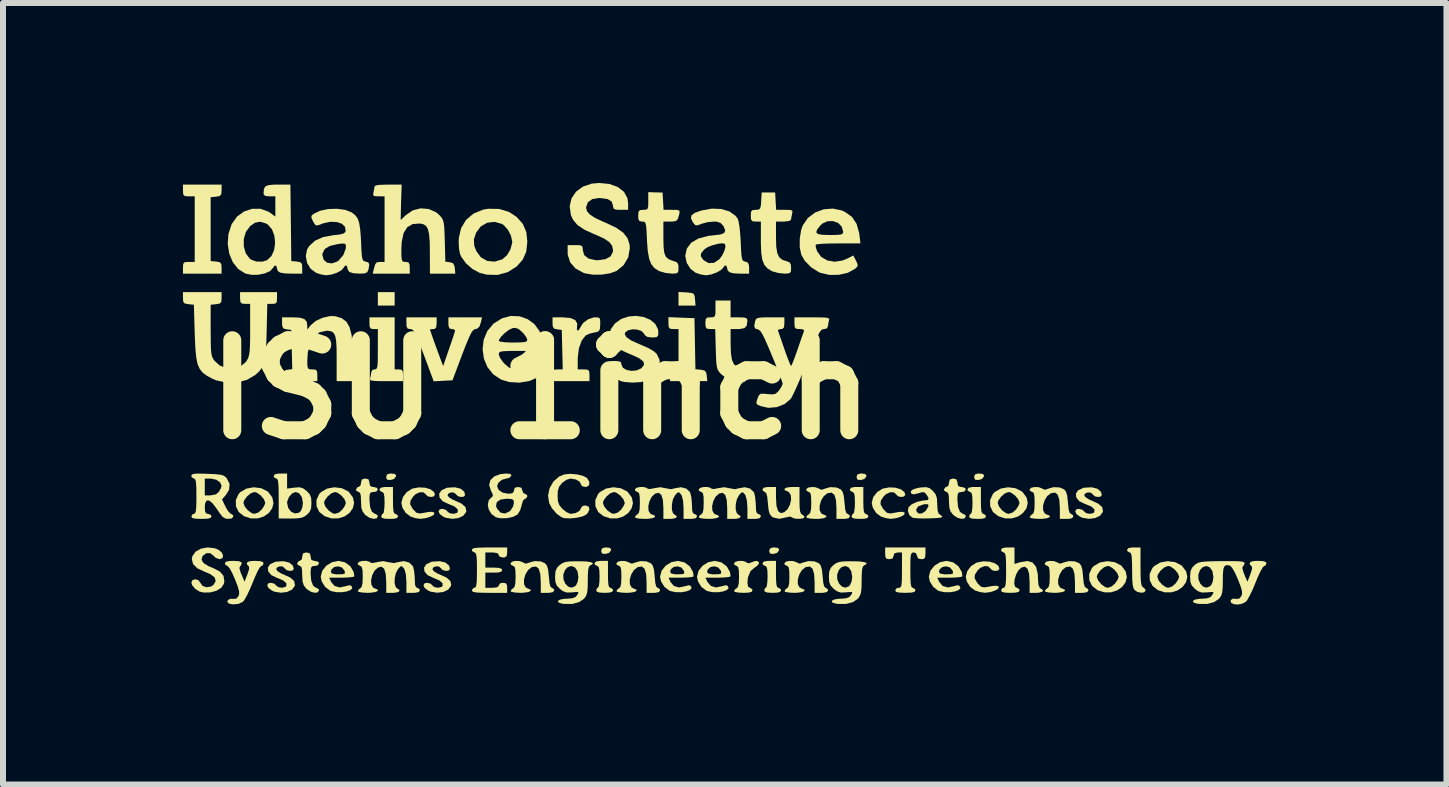
<source format=kicad_pcb>
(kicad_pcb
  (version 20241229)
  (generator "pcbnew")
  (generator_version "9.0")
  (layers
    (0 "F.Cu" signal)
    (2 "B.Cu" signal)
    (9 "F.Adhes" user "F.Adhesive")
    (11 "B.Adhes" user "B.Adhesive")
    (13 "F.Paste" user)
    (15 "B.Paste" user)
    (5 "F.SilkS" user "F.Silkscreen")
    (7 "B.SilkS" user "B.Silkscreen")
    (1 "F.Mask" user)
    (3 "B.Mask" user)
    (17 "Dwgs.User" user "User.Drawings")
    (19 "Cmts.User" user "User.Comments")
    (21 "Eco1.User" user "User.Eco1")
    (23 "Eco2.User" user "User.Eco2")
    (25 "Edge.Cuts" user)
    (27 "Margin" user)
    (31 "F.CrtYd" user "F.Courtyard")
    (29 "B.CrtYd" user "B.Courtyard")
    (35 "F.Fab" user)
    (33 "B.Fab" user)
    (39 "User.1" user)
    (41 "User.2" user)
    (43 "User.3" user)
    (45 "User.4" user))
  (footprint "ISU 1inch"
    (layer "F.Cu")
    (at 5.965 3.444)
    (property "Reference" "ISU 1inch" (at 0 0 0) (layer "F.SilkS") (effects (font (size 1.5 1.5) (thickness 0.3))))
    (attr board_only exclude_from_pos_files exclude_from_bom)
    (fp_poly (pts (xy -2.436 -1.512) (xy -2.436 -1.4) (xy -2.576 -1.4) (xy -2.716 -1.4) (xy -2.716 -1.512) (xy -2.716 -1.624) (xy -2.576 -1.624) (xy -2.436 -1.624)) (stroke (width 0) (type solid)) (fill yes) (layer "F.SilkS"))
    (fp_poly (pts (xy 2.429 -1.619) (xy 2.51 -1.611) (xy 2.55 -1.595) (xy 2.566 -1.556) (xy 2.571 -1.505) (xy 2.58 -1.4) (xy 2.438 -1.4) (xy 2.296 -1.4) (xy 2.296 -1.514) (xy 2.296 -1.627)) (stroke (width 0) (type solid)) (fill yes) (layer "F.SilkS"))
    (fp_poly (pts (xy -2.43 1.408) (xy -2.412 1.434) (xy -2.414 1.449) (xy -2.447 1.491) (xy -2.5 1.507) (xy -2.556 1.505) (xy -2.576 1.475) (xy -2.576 1.458) (xy -2.564 1.416) (xy -2.518 1.401) (xy -2.49 1.4)) (stroke (width 0) (type solid)) (fill yes) (layer "F.SilkS"))
    (fp_poly (pts (xy 1.155 2.64) (xy 1.173 2.667) (xy 1.171 2.681) (xy 1.137 2.723) (xy 1.085 2.739) (xy 1.028 2.737) (xy 1.009 2.707) (xy 1.008 2.69) (xy 1.02 2.649) (xy 1.066 2.633) (xy 1.094 2.632)) (stroke (width 0) (type solid)) (fill yes) (layer "F.SilkS"))
    (fp_poly (pts (xy 3.955 2.64) (xy 3.973 2.667) (xy 3.971 2.681) (xy 3.938 2.723) (xy 3.885 2.739) (xy 3.829 2.737) (xy 3.809 2.707) (xy 3.809 2.69) (xy 3.821 2.649) (xy 3.867 2.633) (xy 3.895 2.632)) (stroke (width 0) (type solid)) (fill yes) (layer "F.SilkS"))
    (fp_poly (pts (xy 5.411 1.408) (xy 5.429 1.434) (xy 5.428 1.449) (xy 5.394 1.491) (xy 5.342 1.507) (xy 5.285 1.505) (xy 5.266 1.475) (xy 5.265 1.458) (xy 5.277 1.416) (xy 5.323 1.401) (xy 5.351 1.4)) (stroke (width 0) (type solid)) (fill yes) (layer "F.SilkS"))
    (fp_poly (pts (xy 7.372 1.408) (xy 7.39 1.434) (xy 7.388 1.449) (xy 7.354 1.491) (xy 7.302 1.507) (xy 7.245 1.505) (xy 7.226 1.475) (xy 7.225 1.458) (xy 7.237 1.416) (xy 7.283 1.401) (xy 7.311 1.4)) (stroke (width 0) (type solid)) (fill yes) (layer "F.SilkS"))
    (fp_poly (pts (xy 2.345 -1.198) (xy 2.562 -1.19) (xy 2.57 -0.765) (xy 2.578 -0.339) (xy 2.668 -0.331) (xy 2.732 -0.317) (xy 2.759 -0.28) (xy 2.767 -0.231) (xy 2.776 -0.14) (xy 2.466 -0.14) (xy 2.156 -0.14) (xy 2.156 -0.238) (xy 2.162 -0.304) (xy 2.185 -0.331) (xy 2.226 -0.336) (xy 2.296 -0.336) (xy 2.296 -0.672) (xy 2.296 -1.008) (xy 2.212 -1.008) (xy 2.156 -1.014) (xy 2.133 -1.041) (xy 2.128 -1.107) (xy 2.128 -1.107) (xy 2.128 -1.207)) (stroke (width 0) (type solid)) (fill yes) (layer "F.SilkS"))
    (fp_poly (pts (xy -2.464 1.848) (xy -2.462 1.963) (xy -2.455 2.032) (xy -2.441 2.065) (xy -2.422 2.072) (xy -2.385 2.095) (xy -2.38 2.114) (xy -2.395 2.141) (xy -2.447 2.154) (xy -2.52 2.156) (xy -2.608 2.152) (xy -2.651 2.136) (xy -2.66 2.114) (xy -2.645 2.077) (xy -2.632 2.072) (xy -2.618 2.047) (xy -2.608 1.978) (xy -2.604 1.89) (xy -2.607 1.788) (xy -2.617 1.731) (xy -2.637 1.71) (xy -2.646 1.708) (xy -2.684 1.686) (xy -2.688 1.666) (xy -2.67 1.637) (xy -2.609 1.625) (xy -2.576 1.624) (xy -2.464 1.624)) (stroke (width 0) (type solid)) (fill yes) (layer "F.SilkS"))
    (fp_poly (pts (xy 1.12 3.08) (xy 1.122 3.195) (xy 1.129 3.264) (xy 1.144 3.297) (xy 1.162 3.305) (xy 1.199 3.327) (xy 1.204 3.347) (xy 1.189 3.373) (xy 1.137 3.386) (xy 1.064 3.389) (xy 0.976 3.384) (xy 0.933 3.368) (xy 0.924 3.347) (xy 0.939 3.309) (xy 0.952 3.305) (xy 0.967 3.279) (xy 0.977 3.211) (xy 0.98 3.122) (xy 0.977 3.02) (xy 0.967 2.964) (xy 0.948 2.942) (xy 0.938 2.94) (xy 0.901 2.918) (xy 0.896 2.898) (xy 0.915 2.869) (xy 0.976 2.857) (xy 1.008 2.856) (xy 1.12 2.856)) (stroke (width 0) (type solid)) (fill yes) (layer "F.SilkS"))
    (fp_poly (pts (xy 3.921 3.08) (xy 3.923 3.195) (xy 3.93 3.264) (xy 3.944 3.297) (xy 3.963 3.305) (xy 4 3.327) (xy 4.005 3.347) (xy 3.99 3.373) (xy 3.938 3.386) (xy 3.865 3.389) (xy 3.777 3.384) (xy 3.734 3.368) (xy 3.725 3.347) (xy 3.74 3.309) (xy 3.753 3.305) (xy 3.767 3.279) (xy 3.777 3.211) (xy 3.781 3.122) (xy 3.778 3.02) (xy 3.768 2.964) (xy 3.748 2.942) (xy 3.739 2.94) (xy 3.701 2.918) (xy 3.697 2.898) (xy 3.715 2.869) (xy 3.776 2.857) (xy 3.809 2.856) (xy 3.921 2.856)) (stroke (width 0) (type solid)) (fill yes) (layer "F.SilkS"))
    (fp_poly (pts (xy 5.377 1.848) (xy 5.379 1.963) (xy 5.386 2.032) (xy 5.4 2.065) (xy 5.419 2.072) (xy 5.456 2.095) (xy 5.461 2.114) (xy 5.446 2.141) (xy 5.394 2.154) (xy 5.321 2.156) (xy 5.233 2.152) (xy 5.19 2.136) (xy 5.181 2.114) (xy 5.196 2.077) (xy 5.209 2.072) (xy 5.223 2.047) (xy 5.233 1.978) (xy 5.237 1.89) (xy 5.234 1.788) (xy 5.224 1.731) (xy 5.204 1.71) (xy 5.195 1.708) (xy 5.158 1.686) (xy 5.153 1.666) (xy 5.171 1.637) (xy 5.233 1.625) (xy 5.265 1.624) (xy 5.377 1.624)) (stroke (width 0) (type solid)) (fill yes) (layer "F.SilkS"))
    (fp_poly (pts (xy 7.337 1.848) (xy 7.339 1.963) (xy 7.346 2.032) (xy 7.361 2.065) (xy 7.379 2.072) (xy 7.416 2.095) (xy 7.421 2.114) (xy 7.406 2.141) (xy 7.354 2.154) (xy 7.281 2.156) (xy 7.193 2.152) (xy 7.15 2.136) (xy 7.141 2.114) (xy 7.156 2.077) (xy 7.169 2.072) (xy 7.184 2.047) (xy 7.194 1.978) (xy 7.197 1.89) (xy 7.194 1.788) (xy 7.184 1.731) (xy 7.165 1.71) (xy 7.155 1.708) (xy 7.118 1.686) (xy 7.113 1.666) (xy 7.132 1.637) (xy 7.193 1.625) (xy 7.225 1.624) (xy 7.337 1.624)) (stroke (width 0) (type solid)) (fill yes) (layer "F.SilkS"))
    (fp_poly (pts (xy 9.998 2.955) (xy 9.999 3.1) (xy 10.004 3.197) (xy 10.013 3.256) (xy 10.028 3.287) (xy 10.04 3.294) (xy 10.077 3.33) (xy 10.082 3.35) (xy 10.06 3.38) (xy 10.007 3.387) (xy 9.945 3.373) (xy 9.902 3.345) (xy 9.88 3.31) (xy 9.867 3.252) (xy 9.86 3.159) (xy 9.858 3.021) (xy 9.858 3.008) (xy 9.856 2.875) (xy 9.851 2.788) (xy 9.842 2.739) (xy 9.826 2.719) (xy 9.816 2.716) (xy 9.778 2.694) (xy 9.774 2.674) (xy 9.792 2.645) (xy 9.853 2.633) (xy 9.886 2.632) (xy 9.998 2.632)) (stroke (width 0) (type solid)) (fill yes) (layer "F.SilkS"))
    (fp_poly (pts (xy -5.321 -3.32) (xy -5.326 -3.255) (xy -5.353 -3.226) (xy -5.412 -3.215) (xy -5.503 -3.207) (xy -5.503 -2.674) (xy -5.503 -2.142) (xy -5.412 -2.134) (xy -5.35 -2.122) (xy -5.325 -2.091) (xy -5.321 -2.029) (xy -5.321 -1.932) (xy -5.643 -1.932) (xy -5.965 -1.932) (xy -5.965 -2.03) (xy -5.961 -2.096) (xy -5.936 -2.123) (xy -5.874 -2.128) (xy -5.867 -2.128) (xy -5.769 -2.128) (xy -5.769 -2.674) (xy -5.769 -3.221) (xy -5.867 -3.221) (xy -5.933 -3.225) (xy -5.96 -3.249) (xy -5.965 -3.311) (xy -5.965 -3.319) (xy -5.965 -3.417) (xy -5.643 -3.417) (xy -5.321 -3.417)) (stroke (width 0) (type solid)) (fill yes) (layer "F.SilkS"))
    (fp_poly (pts (xy -2.436 -0.77) (xy -2.436 -0.336) (xy -2.366 -0.336) (xy -2.319 -0.329) (xy -2.3 -0.296) (xy -2.296 -0.238) (xy -2.296 -0.14) (xy -2.579 -0.14) (xy -2.708 -0.141) (xy -2.79 -0.145) (xy -2.833 -0.154) (xy -2.848 -0.168) (xy -2.845 -0.184) (xy -2.831 -0.251) (xy -2.828 -0.282) (xy -2.808 -0.327) (xy -2.772 -0.336) (xy -2.749 -0.339) (xy -2.733 -0.355) (xy -2.723 -0.394) (xy -2.718 -0.463) (xy -2.717 -0.573) (xy -2.716 -0.672) (xy -2.716 -1.008) (xy -2.786 -1.008) (xy -2.834 -1.015) (xy -2.853 -1.048) (xy -2.856 -1.106) (xy -2.856 -1.204) (xy -2.646 -1.204) (xy -2.436 -1.204)) (stroke (width 0) (type solid)) (fill yes) (layer "F.SilkS"))
    (fp_poly (pts (xy -4.66 1.645) (xy -4.555 1.698) (xy -4.542 1.709) (xy -4.475 1.8) (xy -4.456 1.893) (xy -4.478 1.981) (xy -4.534 2.058) (xy -4.617 2.116) (xy -4.72 2.148) (xy -4.835 2.148) (xy -4.947 2.111) (xy -5.036 2.041) (xy -5.082 1.946) (xy -5.083 1.89) (xy -4.957 1.89) (xy -4.934 1.952) (xy -4.88 2.016) (xy -4.815 2.062) (xy -4.775 2.072) (xy -4.709 2.05) (xy -4.651 1.999) (xy -4.611 1.938) (xy -4.593 1.892) (xy -4.593 1.89) (xy -4.615 1.829) (xy -4.669 1.765) (xy -4.734 1.719) (xy -4.775 1.708) (xy -4.837 1.731) (xy -4.9 1.785) (xy -4.946 1.85) (xy -4.957 1.89) (xy -5.083 1.89) (xy -5.084 1.843) (xy -5.039 1.744) (xy -5.009 1.71) (xy -4.907 1.651) (xy -4.784 1.629)) (stroke (width 0) (type solid)) (fill yes) (layer "F.SilkS"))
    (fp_poly (pts (xy -3.316 1.645) (xy -3.21 1.698) (xy -3.198 1.709) (xy -3.131 1.8) (xy -3.112 1.893) (xy -3.134 1.981) (xy -3.19 2.058) (xy -3.273 2.116) (xy -3.376 2.148) (xy -3.491 2.148) (xy -3.603 2.111) (xy -3.692 2.041) (xy -3.738 1.946) (xy -3.739 1.89) (xy -3.613 1.89) (xy -3.59 1.952) (xy -3.536 2.016) (xy -3.471 2.062) (xy -3.431 2.072) (xy -3.364 2.05) (xy -3.307 1.999) (xy -3.266 1.938) (xy -3.249 1.892) (xy -3.249 1.89) (xy -3.271 1.829) (xy -3.325 1.765) (xy -3.39 1.719) (xy -3.431 1.708) (xy -3.492 1.731) (xy -3.556 1.785) (xy -3.602 1.85) (xy -3.613 1.89) (xy -3.739 1.89) (xy -3.74 1.843) (xy -3.695 1.744) (xy -3.664 1.71) (xy -3.563 1.651) (xy -3.44 1.629)) (stroke (width 0) (type solid)) (fill yes) (layer "F.SilkS"))
    (fp_poly (pts (xy -1.928 1.636) (xy -1.839 1.663) (xy -1.78 1.708) (xy -1.764 1.754) (xy -1.786 1.783) (xy -1.835 1.791) (xy -1.886 1.779) (xy -1.914 1.75) (xy -1.953 1.714) (xy -2.016 1.712) (xy -2.084 1.742) (xy -2.126 1.782) (xy -2.173 1.854) (xy -2.177 1.913) (xy -2.14 1.981) (xy -2.124 2.001) (xy -2.072 2.053) (xy -2.017 2.066) (xy -1.977 2.06) (xy -1.873 2.041) (xy -1.811 2.038) (xy -1.781 2.049) (xy -1.773 2.062) (xy -1.788 2.091) (xy -1.843 2.121) (xy -1.919 2.144) (xy -2 2.155) (xy -2.013 2.155) (xy -2.093 2.143) (xy -2.171 2.117) (xy -2.251 2.057) (xy -2.308 1.966) (xy -2.324 1.888) (xy -2.299 1.793) (xy -2.234 1.709) (xy -2.145 1.653) (xy -2.14 1.651) (xy -2.033 1.631)) (stroke (width 0) (type solid)) (fill yes) (layer "F.SilkS"))
    (fp_poly (pts (xy 1.333 1.645) (xy 1.438 1.698) (xy 1.451 1.709) (xy 1.518 1.8) (xy 1.537 1.893) (xy 1.514 1.981) (xy 1.458 2.058) (xy 1.376 2.116) (xy 1.273 2.148) (xy 1.158 2.148) (xy 1.046 2.111) (xy 0.957 2.041) (xy 0.911 1.946) (xy 0.91 1.89) (xy 1.036 1.89) (xy 1.059 1.952) (xy 1.112 2.016) (xy 1.178 2.062) (xy 1.218 2.072) (xy 1.284 2.05) (xy 1.342 1.999) (xy 1.382 1.938) (xy 1.4 1.892) (xy 1.4 1.89) (xy 1.378 1.829) (xy 1.324 1.765) (xy 1.259 1.719) (xy 1.218 1.708) (xy 1.156 1.731) (xy 1.093 1.785) (xy 1.047 1.85) (xy 1.036 1.89) (xy 0.91 1.89) (xy 0.909 1.843) (xy 0.954 1.744) (xy 0.984 1.71) (xy 1.086 1.651) (xy 1.209 1.629)) (stroke (width 0) (type solid)) (fill yes) (layer "F.SilkS"))
    (fp_poly (pts (xy 3.635 2.872) (xy 3.635 2.907) (xy 3.598 2.947) (xy 3.57 2.964) (xy 3.497 3.026) (xy 3.454 3.129) (xy 3.445 3.222) (xy 3.457 3.288) (xy 3.487 3.305) (xy 3.524 3.327) (xy 3.529 3.347) (xy 3.515 3.372) (xy 3.466 3.385) (xy 3.375 3.389) (xy 3.288 3.384) (xy 3.233 3.371) (xy 3.221 3.36) (xy 3.243 3.326) (xy 3.263 3.315) (xy 3.287 3.288) (xy 3.301 3.227) (xy 3.305 3.12) (xy 3.305 3.119) (xy 3.302 3.018) (xy 3.291 2.963) (xy 3.271 2.942) (xy 3.263 2.94) (xy 3.225 2.918) (xy 3.221 2.898) (xy 3.244 2.872) (xy 3.3 2.857) (xy 3.365 2.857) (xy 3.417 2.872) (xy 3.431 2.885) (xy 3.468 2.897) (xy 3.5 2.885) (xy 3.564 2.861) (xy 3.597 2.856)) (stroke (width 0) (type solid)) (fill yes) (layer "F.SilkS"))
    (fp_poly (pts (xy 5.913 1.636) (xy 6.002 1.663) (xy 6.061 1.708) (xy 6.077 1.754) (xy 6.055 1.783) (xy 6.007 1.791) (xy 5.955 1.779) (xy 5.927 1.75) (xy 5.888 1.714) (xy 5.825 1.712) (xy 5.757 1.742) (xy 5.715 1.782) (xy 5.668 1.854) (xy 5.664 1.913) (xy 5.702 1.981) (xy 5.717 2.001) (xy 5.769 2.053) (xy 5.824 2.066) (xy 5.864 2.06) (xy 5.968 2.041) (xy 6.03 2.038) (xy 6.061 2.049) (xy 6.068 2.062) (xy 6.053 2.091) (xy 5.998 2.121) (xy 5.922 2.144) (xy 5.841 2.155) (xy 5.828 2.155) (xy 5.749 2.143) (xy 5.67 2.117) (xy 5.59 2.057) (xy 5.534 1.966) (xy 5.517 1.888) (xy 5.542 1.793) (xy 5.607 1.709) (xy 5.697 1.653) (xy 5.701 1.651) (xy 5.809 1.631)) (stroke (width 0) (type solid)) (fill yes) (layer "F.SilkS"))
    (fp_poly (pts (xy 7.482 2.869) (xy 7.57 2.896) (xy 7.629 2.94) (xy 7.645 2.986) (xy 7.624 3.016) (xy 7.575 3.024) (xy 7.523 3.011) (xy 7.495 2.982) (xy 7.456 2.946) (xy 7.394 2.944) (xy 7.325 2.974) (xy 7.283 3.014) (xy 7.237 3.086) (xy 7.232 3.145) (xy 7.27 3.213) (xy 7.285 3.233) (xy 7.337 3.285) (xy 7.393 3.298) (xy 7.432 3.292) (xy 7.537 3.274) (xy 7.598 3.27) (xy 7.629 3.281) (xy 7.637 3.294) (xy 7.621 3.323) (xy 7.567 3.353) (xy 7.491 3.377) (xy 7.409 3.387) (xy 7.396 3.387) (xy 7.317 3.375) (xy 7.238 3.349) (xy 7.158 3.289) (xy 7.102 3.199) (xy 7.085 3.12) (xy 7.11 3.026) (xy 7.175 2.941) (xy 7.265 2.885) (xy 7.27 2.884) (xy 7.377 2.863)) (stroke (width 0) (type solid)) (fill yes) (layer "F.SilkS"))
    (fp_poly (pts (xy 7.914 1.645) (xy 8.019 1.698) (xy 8.032 1.709) (xy 8.099 1.8) (xy 8.118 1.893) (xy 8.096 1.981) (xy 8.039 2.058) (xy 7.957 2.116) (xy 7.854 2.148) (xy 7.739 2.148) (xy 7.627 2.111) (xy 7.538 2.041) (xy 7.492 1.946) (xy 7.491 1.89) (xy 7.617 1.89) (xy 7.64 1.952) (xy 7.693 2.016) (xy 7.759 2.062) (xy 7.799 2.072) (xy 7.865 2.05) (xy 7.923 1.999) (xy 7.963 1.938) (xy 7.981 1.892) (xy 7.981 1.89) (xy 7.959 1.829) (xy 7.905 1.765) (xy 7.84 1.719) (xy 7.799 1.708) (xy 7.737 1.731) (xy 7.674 1.785) (xy 7.628 1.85) (xy 7.617 1.89) (xy 7.491 1.89) (xy 7.49 1.843) (xy 7.535 1.744) (xy 7.565 1.71) (xy 7.667 1.651) (xy 7.79 1.629)) (stroke (width 0) (type solid)) (fill yes) (layer "F.SilkS"))
    (fp_poly (pts (xy 9.566 2.877) (xy 9.672 2.931) (xy 9.684 2.942) (xy 9.751 3.032) (xy 9.77 3.125) (xy 9.748 3.213) (xy 9.692 3.29) (xy 9.609 3.348) (xy 9.507 3.38) (xy 9.392 3.38) (xy 9.279 3.344) (xy 9.19 3.273) (xy 9.144 3.178) (xy 9.143 3.122) (xy 9.269 3.122) (xy 9.292 3.184) (xy 9.346 3.248) (xy 9.411 3.294) (xy 9.451 3.305) (xy 9.518 3.282) (xy 9.575 3.231) (xy 9.616 3.17) (xy 9.633 3.124) (xy 9.634 3.122) (xy 9.611 3.061) (xy 9.557 2.997) (xy 9.492 2.951) (xy 9.451 2.94) (xy 9.39 2.963) (xy 9.326 3.017) (xy 9.28 3.082) (xy 9.269 3.122) (xy 9.143 3.122) (xy 9.142 3.075) (xy 9.187 2.976) (xy 9.218 2.943) (xy 9.319 2.883) (xy 9.442 2.861)) (stroke (width 0) (type solid)) (fill yes) (layer "F.SilkS"))
    (fp_poly (pts (xy 10.574 2.877) (xy 10.68 2.931) (xy 10.692 2.942) (xy 10.759 3.032) (xy 10.778 3.125) (xy 10.756 3.213) (xy 10.7 3.29) (xy 10.617 3.348) (xy 10.515 3.38) (xy 10.4 3.38) (xy 10.287 3.344) (xy 10.198 3.273) (xy 10.152 3.178) (xy 10.151 3.122) (xy 10.278 3.122) (xy 10.3 3.184) (xy 10.354 3.248) (xy 10.419 3.294) (xy 10.46 3.305) (xy 10.526 3.282) (xy 10.584 3.231) (xy 10.624 3.17) (xy 10.642 3.124) (xy 10.642 3.122) (xy 10.619 3.061) (xy 10.565 2.997) (xy 10.5 2.951) (xy 10.46 2.94) (xy 10.398 2.963) (xy 10.334 3.017) (xy 10.288 3.082) (xy 10.278 3.122) (xy 10.151 3.122) (xy 10.15 3.075) (xy 10.195 2.976) (xy 10.226 2.943) (xy 10.327 2.883) (xy 10.45 2.861)) (stroke (width 0) (type solid)) (fill yes) (layer "F.SilkS"))
    (fp_poly (pts (xy -3.853 2.728) (xy -3.837 2.774) (xy -3.837 2.786) (xy -3.825 2.84) (xy -3.779 2.856) (xy -3.767 2.856) (xy -3.71 2.871) (xy -3.697 2.898) (xy -3.721 2.932) (xy -3.767 2.94) (xy -3.81 2.946) (xy -3.83 2.971) (xy -3.836 3.031) (xy -3.837 3.068) (xy -3.826 3.188) (xy -3.795 3.269) (xy -3.748 3.304) (xy -3.738 3.305) (xy -3.701 3.327) (xy -3.697 3.347) (xy -3.718 3.381) (xy -3.77 3.388) (xy -3.836 3.369) (xy -3.901 3.326) (xy -3.908 3.32) (xy -3.95 3.266) (xy -3.971 3.202) (xy -3.977 3.105) (xy -3.977 3.096) (xy -3.98 3.002) (xy -3.993 2.954) (xy -4.019 2.94) (xy -4.056 2.918) (xy -4.061 2.898) (xy -4.038 2.861) (xy -4.019 2.856) (xy -3.985 2.832) (xy -3.977 2.786) (xy -3.965 2.733) (xy -3.92 2.717) (xy -3.907 2.716)) (stroke (width 0) (type solid)) (fill yes) (layer "F.SilkS"))
    (fp_poly (pts (xy -2.873 1.496) (xy -2.857 1.541) (xy -2.856 1.554) (xy -2.845 1.608) (xy -2.799 1.624) (xy -2.786 1.624) (xy -2.73 1.639) (xy -2.716 1.666) (xy -2.741 1.7) (xy -2.786 1.708) (xy -2.829 1.713) (xy -2.85 1.739) (xy -2.856 1.799) (xy -2.856 1.836) (xy -2.846 1.956) (xy -2.815 2.037) (xy -2.767 2.071) (xy -2.757 2.072) (xy -2.721 2.095) (xy -2.716 2.114) (xy -2.737 2.149) (xy -2.789 2.155) (xy -2.856 2.137) (xy -2.921 2.094) (xy -2.928 2.088) (xy -2.97 2.034) (xy -2.991 1.97) (xy -2.996 1.873) (xy -2.996 1.864) (xy -3 1.77) (xy -3.013 1.722) (xy -3.038 1.708) (xy -3.076 1.686) (xy -3.08 1.666) (xy -3.058 1.629) (xy -3.038 1.624) (xy -3.005 1.6) (xy -2.996 1.554) (xy -2.985 1.501) (xy -2.939 1.485) (xy -2.926 1.484)) (stroke (width 0) (type solid)) (fill yes) (layer "F.SilkS"))
    (fp_poly (pts (xy 6.928 1.496) (xy 6.945 1.541) (xy 6.945 1.554) (xy 6.957 1.608) (xy 7.002 1.624) (xy 7.015 1.624) (xy 7.071 1.639) (xy 7.085 1.666) (xy 7.061 1.7) (xy 7.015 1.708) (xy 6.972 1.713) (xy 6.952 1.739) (xy 6.945 1.799) (xy 6.945 1.836) (xy 6.956 1.956) (xy 6.987 2.037) (xy 7.034 2.071) (xy 7.044 2.072) (xy 7.08 2.095) (xy 7.085 2.114) (xy 7.064 2.149) (xy 7.012 2.155) (xy 6.945 2.137) (xy 6.881 2.094) (xy 6.874 2.088) (xy 6.832 2.034) (xy 6.811 1.97) (xy 6.805 1.873) (xy 6.805 1.864) (xy 6.801 1.77) (xy 6.788 1.722) (xy 6.763 1.708) (xy 6.726 1.686) (xy 6.721 1.666) (xy 6.743 1.629) (xy 6.763 1.624) (xy 6.797 1.6) (xy 6.805 1.554) (xy 6.817 1.501) (xy 6.862 1.485) (xy 6.875 1.484)) (stroke (width 0) (type solid)) (fill yes) (layer "F.SilkS"))
    (fp_poly (pts (xy -4.195 2.884) (xy -4.134 2.933) (xy -4.117 2.989) (xy -4.138 3.017) (xy -4.186 3.023) (xy -4.238 3.01) (xy -4.268 2.981) (xy -4.302 2.95) (xy -4.354 2.947) (xy -4.398 2.967) (xy -4.411 2.996) (xy -4.386 3.03) (xy -4.325 3.067) (xy -4.291 3.081) (xy -4.175 3.135) (xy -4.111 3.192) (xy -4.098 3.257) (xy -4.102 3.275) (xy -4.148 3.336) (xy -4.231 3.375) (xy -4.333 3.387) (xy -4.438 3.37) (xy -4.48 3.352) (xy -4.54 3.308) (xy -4.561 3.263) (xy -4.542 3.23) (xy -4.5 3.221) (xy -4.441 3.236) (xy -4.415 3.263) (xy -4.377 3.294) (xy -4.316 3.304) (xy -4.26 3.291) (xy -4.242 3.275) (xy -4.241 3.229) (xy -4.291 3.184) (xy -4.386 3.143) (xy -4.396 3.14) (xy -4.492 3.094) (xy -4.543 3.033) (xy -4.55 2.968) (xy -4.512 2.911) (xy -4.427 2.872) (xy -4.411 2.869) (xy -4.29 2.861)) (stroke (width 0) (type solid)) (fill yes) (layer "F.SilkS"))
    (fp_poly (pts (xy -3.262 2.881) (xy -3.173 2.947) (xy -3.119 3.042) (xy -3.108 3.113) (xy -3.134 3.124) (xy -3.202 3.132) (xy -3.299 3.136) (xy -3.318 3.136) (xy -3.527 3.136) (xy -3.495 3.207) (xy -3.437 3.274) (xy -3.353 3.299) (xy -3.256 3.279) (xy -3.188 3.261) (xy -3.155 3.275) (xy -3.142 3.312) (xy -3.172 3.343) (xy -3.235 3.366) (xy -3.317 3.379) (xy -3.406 3.378) (xy -3.49 3.361) (xy -3.515 3.351) (xy -3.596 3.289) (xy -3.652 3.199) (xy -3.669 3.12) (xy -3.648 3.042) (xy -3.501 3.042) (xy -3.479 3.068) (xy -3.411 3.08) (xy -3.375 3.08) (xy -3.299 3.078) (xy -3.267 3.067) (xy -3.266 3.039) (xy -3.273 3.017) (xy -3.315 2.966) (xy -3.378 2.947) (xy -3.442 2.958) (xy -3.488 2.997) (xy -3.501 3.042) (xy -3.648 3.042) (xy -3.643 3.021) (xy -3.575 2.936) (xy -3.479 2.877) (xy -3.375 2.856)) (stroke (width 0) (type solid)) (fill yes) (layer "F.SilkS"))
    (fp_poly (pts (xy -1.59 2.884) (xy -1.53 2.933) (xy -1.513 2.989) (xy -1.534 3.017) (xy -1.582 3.023) (xy -1.633 3.01) (xy -1.663 2.981) (xy -1.698 2.95) (xy -1.75 2.947) (xy -1.794 2.967) (xy -1.806 2.996) (xy -1.782 3.03) (xy -1.721 3.067) (xy -1.687 3.081) (xy -1.571 3.135) (xy -1.507 3.192) (xy -1.493 3.257) (xy -1.498 3.275) (xy -1.544 3.336) (xy -1.626 3.375) (xy -1.728 3.387) (xy -1.834 3.37) (xy -1.876 3.352) (xy -1.935 3.308) (xy -1.956 3.263) (xy -1.937 3.23) (xy -1.895 3.221) (xy -1.836 3.236) (xy -1.81 3.263) (xy -1.773 3.294) (xy -1.712 3.304) (xy -1.655 3.291) (xy -1.637 3.275) (xy -1.637 3.229) (xy -1.687 3.184) (xy -1.782 3.143) (xy -1.791 3.14) (xy -1.887 3.094) (xy -1.939 3.033) (xy -1.946 2.968) (xy -1.907 2.911) (xy -1.823 2.872) (xy -1.806 2.869) (xy -1.686 2.861)) (stroke (width 0) (type solid)) (fill yes) (layer "F.SilkS"))
    (fp_poly (pts (xy -1.338 1.652) (xy -1.277 1.701) (xy -1.261 1.757) (xy -1.282 1.785) (xy -1.33 1.791) (xy -1.381 1.778) (xy -1.411 1.748) (xy -1.446 1.718) (xy -1.498 1.715) (xy -1.542 1.735) (xy -1.554 1.763) (xy -1.53 1.797) (xy -1.469 1.835) (xy -1.435 1.849) (xy -1.318 1.903) (xy -1.255 1.96) (xy -1.241 2.024) (xy -1.246 2.043) (xy -1.292 2.104) (xy -1.374 2.143) (xy -1.476 2.155) (xy -1.582 2.138) (xy -1.624 2.12) (xy -1.683 2.076) (xy -1.704 2.031) (xy -1.685 1.997) (xy -1.643 1.988) (xy -1.584 2.004) (xy -1.558 2.03) (xy -1.521 2.061) (xy -1.46 2.072) (xy -1.403 2.059) (xy -1.385 2.043) (xy -1.385 1.997) (xy -1.435 1.951) (xy -1.53 1.911) (xy -1.539 1.908) (xy -1.635 1.862) (xy -1.687 1.801) (xy -1.694 1.736) (xy -1.655 1.679) (xy -1.571 1.64) (xy -1.554 1.636) (xy -1.434 1.629)) (stroke (width 0) (type solid)) (fill yes) (layer "F.SilkS"))
    (fp_poly (pts (xy 2.395 2.881) (xy 2.484 2.947) (xy 2.538 3.042) (xy 2.548 3.113) (xy 2.523 3.124) (xy 2.455 3.132) (xy 2.358 3.136) (xy 2.339 3.136) (xy 2.13 3.136) (xy 2.162 3.207) (xy 2.219 3.274) (xy 2.304 3.299) (xy 2.401 3.279) (xy 2.469 3.261) (xy 2.502 3.275) (xy 2.515 3.312) (xy 2.484 3.343) (xy 2.422 3.366) (xy 2.34 3.379) (xy 2.251 3.378) (xy 2.167 3.361) (xy 2.142 3.351) (xy 2.061 3.289) (xy 2.005 3.199) (xy 1.988 3.12) (xy 2.009 3.042) (xy 2.156 3.042) (xy 2.178 3.068) (xy 2.246 3.08) (xy 2.281 3.08) (xy 2.358 3.078) (xy 2.39 3.067) (xy 2.391 3.039) (xy 2.383 3.017) (xy 2.342 2.966) (xy 2.279 2.947) (xy 2.215 2.958) (xy 2.168 2.997) (xy 2.156 3.042) (xy 2.009 3.042) (xy 2.014 3.021) (xy 2.082 2.936) (xy 2.178 2.877) (xy 2.282 2.856)) (stroke (width 0) (type solid)) (fill yes) (layer "F.SilkS"))
    (fp_poly (pts (xy 3.011 2.881) (xy 3.1 2.947) (xy 3.154 3.042) (xy 3.164 3.113) (xy 3.139 3.124) (xy 3.071 3.132) (xy 2.974 3.136) (xy 2.955 3.136) (xy 2.746 3.136) (xy 2.778 3.207) (xy 2.836 3.274) (xy 2.92 3.299) (xy 3.017 3.279) (xy 3.085 3.261) (xy 3.118 3.275) (xy 3.131 3.312) (xy 3.1 3.343) (xy 3.038 3.366) (xy 2.956 3.379) (xy 2.867 3.378) (xy 2.783 3.361) (xy 2.758 3.351) (xy 2.677 3.289) (xy 2.621 3.199) (xy 2.604 3.12) (xy 2.625 3.042) (xy 2.772 3.042) (xy 2.794 3.068) (xy 2.862 3.08) (xy 2.898 3.08) (xy 2.974 3.078) (xy 3.006 3.067) (xy 3.007 3.039) (xy 3 3.017) (xy 2.958 2.966) (xy 2.895 2.947) (xy 2.831 2.958) (xy 2.785 2.997) (xy 2.772 3.042) (xy 2.625 3.042) (xy 2.63 3.021) (xy 2.698 2.936) (xy 2.794 2.877) (xy 2.898 2.856)) (stroke (width 0) (type solid)) (fill yes) (layer "F.SilkS"))
    (fp_poly (pts (xy 6.875 2.881) (xy 6.964 2.947) (xy 7.019 3.042) (xy 7.029 3.113) (xy 7.003 3.124) (xy 6.935 3.132) (xy 6.839 3.136) (xy 6.82 3.136) (xy 6.61 3.136) (xy 6.642 3.207) (xy 6.7 3.274) (xy 6.785 3.299) (xy 6.881 3.279) (xy 6.95 3.261) (xy 6.983 3.275) (xy 6.996 3.312) (xy 6.965 3.343) (xy 6.903 3.366) (xy 6.821 3.379) (xy 6.732 3.378) (xy 6.648 3.361) (xy 6.622 3.351) (xy 6.542 3.289) (xy 6.486 3.199) (xy 6.469 3.12) (xy 6.489 3.042) (xy 6.637 3.042) (xy 6.658 3.068) (xy 6.727 3.08) (xy 6.762 3.08) (xy 6.838 3.078) (xy 6.871 3.067) (xy 6.871 3.039) (xy 6.864 3.017) (xy 6.822 2.966) (xy 6.76 2.947) (xy 6.696 2.958) (xy 6.649 2.997) (xy 6.637 3.042) (xy 6.489 3.042) (xy 6.495 3.021) (xy 6.563 2.936) (xy 6.659 2.877) (xy 6.763 2.856)) (stroke (width 0) (type solid)) (fill yes) (layer "F.SilkS"))
    (fp_poly (pts (xy 9.276 1.652) (xy 9.336 1.701) (xy 9.353 1.757) (xy 9.332 1.785) (xy 9.284 1.791) (xy 9.232 1.778) (xy 9.203 1.748) (xy 9.168 1.718) (xy 9.116 1.715) (xy 9.072 1.735) (xy 9.059 1.763) (xy 9.084 1.797) (xy 9.145 1.835) (xy 9.179 1.849) (xy 9.295 1.903) (xy 9.359 1.96) (xy 9.372 2.024) (xy 9.368 2.043) (xy 9.322 2.104) (xy 9.239 2.143) (xy 9.137 2.155) (xy 9.032 2.138) (xy 8.99 2.12) (xy 8.93 2.076) (xy 8.909 2.031) (xy 8.928 1.997) (xy 8.97 1.988) (xy 9.029 2.004) (xy 9.056 2.03) (xy 9.093 2.061) (xy 9.154 2.072) (xy 9.21 2.059) (xy 9.228 2.043) (xy 9.229 1.997) (xy 9.179 1.951) (xy 9.084 1.911) (xy 9.074 1.908) (xy 8.978 1.862) (xy 8.927 1.801) (xy 8.92 1.736) (xy 8.958 1.679) (xy 9.043 1.64) (xy 9.06 1.636) (xy 9.18 1.629)) (stroke (width 0) (type solid)) (fill yes) (layer "F.SilkS"))
    (fp_poly (pts (xy -4.229 1.526) (xy -4.229 1.651) (xy -4.108 1.635) (xy -4.021 1.629) (xy -3.959 1.648) (xy -3.905 1.689) (xy -3.852 1.745) (xy -3.828 1.807) (xy -3.823 1.89) (xy -3.829 1.982) (xy -3.856 2.043) (xy -3.898 2.086) (xy -3.948 2.122) (xy -4.007 2.141) (xy -4.091 2.149) (xy -4.171 2.15) (xy -4.369 2.149) (xy -4.369 1.89) (xy -4.229 1.89) (xy -4.21 1.975) (xy -4.163 2.036) (xy -4.1 2.065) (xy -4.036 2.055) (xy -4.002 2.028) (xy -3.976 1.969) (xy -3.965 1.891) (xy -3.965 1.89) (xy -3.983 1.793) (xy -4.03 1.728) (xy -4.09 1.708) (xy -4.147 1.733) (xy -4.198 1.792) (xy -4.227 1.866) (xy -4.229 1.89) (xy -4.369 1.89) (xy -4.369 1.816) (xy -4.37 1.672) (xy -4.374 1.576) (xy -4.382 1.518) (xy -4.395 1.49) (xy -4.411 1.484) (xy -4.448 1.462) (xy -4.453 1.442) (xy -4.434 1.413) (xy -4.373 1.401) (xy -4.341 1.4) (xy -4.229 1.4)) (stroke (width 0) (type solid)) (fill yes) (layer "F.SilkS"))
    (fp_poly (pts (xy 3.921 1.801) (xy 3.929 1.939) (xy 3.956 2.025) (xy 4 2.06) (xy 4.057 2.046) (xy 4.115 1.994) (xy 4.154 1.918) (xy 4.173 1.835) (xy 4.168 1.76) (xy 4.137 1.71) (xy 4.117 1.7) (xy 4.066 1.677) (xy 4.064 1.652) (xy 4.106 1.632) (xy 4.185 1.624) (xy 4.187 1.624) (xy 4.313 1.624) (xy 4.313 1.845) (xy 4.315 1.964) (xy 4.324 2.036) (xy 4.341 2.074) (xy 4.355 2.082) (xy 4.392 2.112) (xy 4.397 2.127) (xy 4.373 2.147) (xy 4.317 2.155) (xy 4.252 2.153) (xy 4.201 2.14) (xy 4.187 2.129) (xy 4.148 2.117) (xy 4.1 2.129) (xy 3.977 2.155) (xy 3.875 2.133) (xy 3.851 2.118) (xy 3.818 2.078) (xy 3.798 2.01) (xy 3.786 1.898) (xy 3.786 1.894) (xy 3.775 1.785) (xy 3.758 1.726) (xy 3.735 1.708) (xy 3.701 1.686) (xy 3.697 1.666) (xy 3.715 1.637) (xy 3.776 1.625) (xy 3.809 1.624) (xy 3.921 1.624)) (stroke (width 0) (type solid)) (fill yes) (layer "F.SilkS"))
    (fp_poly (pts (xy -5.438 2.645) (xy -5.377 2.669) (xy -5.321 2.713) (xy -5.296 2.765) (xy -5.306 2.809) (xy -5.351 2.828) (xy -5.354 2.828) (xy -5.419 2.806) (xy -5.455 2.771) (xy -5.51 2.727) (xy -5.576 2.728) (xy -5.635 2.772) (xy -5.64 2.779) (xy -5.655 2.839) (xy -5.621 2.893) (xy -5.535 2.946) (xy -5.465 2.974) (xy -5.351 3.033) (xy -5.289 3.105) (xy -5.275 3.196) (xy -5.283 3.239) (xy -5.325 3.304) (xy -5.406 3.354) (xy -5.509 3.382) (xy -5.618 3.384) (xy -5.685 3.369) (xy -5.76 3.324) (xy -5.812 3.261) (xy -5.825 3.216) (xy -5.805 3.175) (xy -5.758 3.163) (xy -5.708 3.177) (xy -5.677 3.219) (xy -5.638 3.273) (xy -5.572 3.296) (xy -5.498 3.284) (xy -5.456 3.256) (xy -5.419 3.192) (xy -5.437 3.132) (xy -5.509 3.077) (xy -5.602 3.038) (xy -5.724 2.981) (xy -5.797 2.908) (xy -5.818 2.824) (xy -5.808 2.778) (xy -5.754 2.702) (xy -5.664 2.652) (xy -5.554 2.632)) (stroke (width 0) (type solid)) (fill yes) (layer "F.SilkS"))
    (fp_poly (pts (xy -0.693 -3.011) (xy -0.525 -2.959) (xy -0.402 -2.877) (xy -0.298 -2.76) (xy -0.241 -2.625) (xy -0.224 -2.464) (xy -0.242 -2.299) (xy -0.301 -2.165) (xy -0.401 -2.052) (xy -0.549 -1.958) (xy -0.719 -1.911) (xy -0.898 -1.915) (xy -1.019 -1.945) (xy -1.139 -2.01) (xy -1.248 -2.105) (xy -1.326 -2.214) (xy -1.347 -2.262) (xy -1.363 -2.345) (xy -1.369 -2.454) (xy -1.367 -2.503) (xy -1.115 -2.503) (xy -1.109 -2.398) (xy -1.074 -2.307) (xy -0.998 -2.204) (xy -0.894 -2.145) (xy -0.772 -2.132) (xy -0.644 -2.17) (xy -0.641 -2.172) (xy -0.564 -2.238) (xy -0.506 -2.336) (xy -0.477 -2.445) (xy -0.476 -2.466) (xy -0.497 -2.564) (xy -0.548 -2.664) (xy -0.618 -2.741) (xy -0.646 -2.76) (xy -0.771 -2.796) (xy -0.893 -2.781) (xy -0.999 -2.721) (xy -1.076 -2.618) (xy -1.078 -2.615) (xy -1.115 -2.503) (xy -1.367 -2.503) (xy -1.367 -2.523) (xy -1.329 -2.689) (xy -1.246 -2.828) (xy -1.122 -2.933) (xy -0.964 -2.999) (xy -0.878 -3.014)) (stroke (width 0) (type solid)) (fill yes) (layer "F.SilkS"))
    (fp_poly (pts (xy 0.962 -1.201) (xy 0.986 -1.18) (xy 0.992 -1.125) (xy 0.991 -1.085) (xy 0.986 -1.01) (xy 0.966 -0.972) (xy 0.918 -0.955) (xy 0.887 -0.95) (xy 0.808 -0.93) (xy 0.75 -0.902) (xy 0.746 -0.899) (xy 0.681 -0.814) (xy 0.636 -0.688) (xy 0.617 -0.537) (xy 0.616 -0.507) (xy 0.616 -0.336) (xy 0.714 -0.336) (xy 0.78 -0.332) (xy 0.807 -0.307) (xy 0.812 -0.245) (xy 0.812 -0.238) (xy 0.812 -0.14) (xy 0.504 -0.14) (xy 0.196 -0.14) (xy 0.196 -0.238) (xy 0.201 -0.304) (xy 0.224 -0.331) (xy 0.281 -0.336) (xy 0.366 -0.336) (xy 0.358 -0.665) (xy 0.35 -0.994) (xy 0.273 -1.003) (xy 0.22 -1.017) (xy 0.199 -1.053) (xy 0.196 -1.108) (xy 0.196 -1.204) (xy 0.362 -1.204) (xy 0.494 -1.193) (xy 0.575 -1.158) (xy 0.608 -1.099) (xy 0.604 -1.046) (xy 0.602 -0.993) (xy 0.624 -0.983) (xy 0.652 -1.019) (xy 0.658 -1.035) (xy 0.707 -1.111) (xy 0.79 -1.172) (xy 0.885 -1.203) (xy 0.907 -1.204)) (stroke (width 0) (type solid)) (fill yes) (layer "F.SilkS"))
    (fp_poly (pts (xy 6.413 2.73) (xy 6.408 2.797) (xy 6.384 2.824) (xy 6.343 2.828) (xy 6.288 2.815) (xy 6.273 2.772) (xy 6.253 2.726) (xy 6.217 2.716) (xy 6.192 2.72) (xy 6.176 2.738) (xy 6.166 2.779) (xy 6.162 2.855) (xy 6.161 2.974) (xy 6.161 3.01) (xy 6.162 3.145) (xy 6.167 3.232) (xy 6.176 3.282) (xy 6.192 3.302) (xy 6.203 3.305) (xy 6.24 3.327) (xy 6.245 3.347) (xy 6.232 3.371) (xy 6.186 3.384) (xy 6.097 3.388) (xy 6.077 3.389) (xy 5.979 3.385) (xy 5.927 3.374) (xy 5.909 3.352) (xy 5.909 3.347) (xy 5.932 3.312) (xy 5.965 3.305) (xy 5.99 3.301) (xy 6.006 3.283) (xy 6.015 3.242) (xy 6.02 3.166) (xy 6.021 3.047) (xy 6.021 3.01) (xy 6.021 2.716) (xy 5.951 2.716) (xy 5.896 2.73) (xy 5.881 2.772) (xy 5.865 2.816) (xy 5.811 2.828) (xy 5.764 2.821) (xy 5.744 2.788) (xy 5.741 2.73) (xy 5.741 2.632) (xy 6.077 2.632) (xy 6.413 2.632)) (stroke (width 0) (type solid)) (fill yes) (layer "F.SilkS"))
    (fp_poly (pts (xy 0.602 1.414) (xy 0.7 1.437) (xy 0.766 1.471) (xy 0.77 1.474) (xy 0.809 1.536) (xy 0.807 1.591) (xy 0.766 1.622) (xy 0.742 1.624) (xy 0.686 1.61) (xy 0.672 1.583) (xy 0.647 1.535) (xy 0.583 1.499) (xy 0.499 1.484) (xy 0.496 1.484) (xy 0.431 1.503) (xy 0.362 1.551) (xy 0.354 1.558) (xy 0.306 1.619) (xy 0.284 1.689) (xy 0.28 1.77) (xy 0.286 1.865) (xy 0.312 1.931) (xy 0.362 1.99) (xy 0.428 2.043) (xy 0.491 2.071) (xy 0.504 2.072) (xy 0.584 2.058) (xy 0.646 2.021) (xy 0.672 1.974) (xy 0.672 1.973) (xy 0.697 1.941) (xy 0.742 1.932) (xy 0.797 1.95) (xy 0.812 1.996) (xy 0.785 2.055) (xy 0.759 2.084) (xy 0.696 2.115) (xy 0.599 2.137) (xy 0.492 2.148) (xy 0.396 2.144) (xy 0.35 2.131) (xy 0.264 2.07) (xy 0.185 1.977) (xy 0.14 1.892) (xy 0.121 1.768) (xy 0.147 1.644) (xy 0.211 1.533) (xy 0.305 1.45) (xy 0.395 1.414) (xy 0.493 1.405)) (stroke (width 0) (type solid)) (fill yes) (layer "F.SilkS"))
    (fp_poly (pts (xy 3.164 -1.344) (xy 3.164 -1.204) (xy 3.305 -1.204) (xy 3.389 -1.201) (xy 3.431 -1.188) (xy 3.444 -1.161) (xy 3.445 -1.15) (xy 3.434 -1.068) (xy 3.396 -1.024) (xy 3.318 -1.009) (xy 3.288 -1.008) (xy 3.164 -1.008) (xy 3.165 -0.763) (xy 3.17 -0.606) (xy 3.187 -0.496) (xy 3.22 -0.422) (xy 3.273 -0.377) (xy 3.342 -0.352) (xy 3.41 -0.331) (xy 3.438 -0.301) (xy 3.44 -0.243) (xy 3.439 -0.226) (xy 3.426 -0.161) (xy 3.393 -0.127) (xy 3.331 -0.121) (xy 3.228 -0.138) (xy 3.204 -0.143) (xy 3.097 -0.187) (xy 3.008 -0.255) (xy 2.973 -0.293) (xy 2.95 -0.33) (xy 2.935 -0.379) (xy 2.926 -0.45) (xy 2.921 -0.556) (xy 2.917 -0.674) (xy 2.908 -1.008) (xy 2.826 -1.008) (xy 2.771 -1.014) (xy 2.749 -1.042) (xy 2.744 -1.106) (xy 2.749 -1.172) (xy 2.773 -1.199) (xy 2.828 -1.204) (xy 2.878 -1.207) (xy 2.903 -1.226) (xy 2.912 -1.275) (xy 2.912 -1.344) (xy 2.912 -1.484) (xy 3.038 -1.484) (xy 3.164 -1.484)) (stroke (width 0) (type solid)) (fill yes) (layer "F.SilkS"))
    (fp_poly (pts (xy 3.915 -3.141) (xy 3.924 -2.996) (xy 4.065 -2.996) (xy 4.148 -2.995) (xy 4.188 -2.985) (xy 4.196 -2.961) (xy 4.19 -2.933) (xy 4.177 -2.868) (xy 4.173 -2.835) (xy 4.146 -2.811) (xy 4.068 -2.801) (xy 4.047 -2.8) (xy 3.921 -2.8) (xy 3.921 -2.541) (xy 3.925 -2.386) (xy 3.942 -2.277) (xy 3.974 -2.206) (xy 4.026 -2.163) (xy 4.089 -2.142) (xy 4.146 -2.122) (xy 4.169 -2.082) (xy 4.173 -2.028) (xy 4.17 -1.968) (xy 4.15 -1.941) (xy 4.098 -1.933) (xy 4.054 -1.933) (xy 3.955 -1.944) (xy 3.863 -1.97) (xy 3.849 -1.976) (xy 3.777 -2.021) (xy 3.726 -2.08) (xy 3.693 -2.163) (xy 3.675 -2.279) (xy 3.669 -2.438) (xy 3.669 -2.49) (xy 3.669 -2.8) (xy 3.585 -2.8) (xy 3.528 -2.806) (xy 3.505 -2.834) (xy 3.501 -2.898) (xy 3.505 -2.964) (xy 3.529 -2.991) (xy 3.583 -2.996) (xy 3.632 -3) (xy 3.657 -3.02) (xy 3.669 -3.07) (xy 3.674 -3.141) (xy 3.683 -3.286) (xy 3.795 -3.286) (xy 3.907 -3.286)) (stroke (width 0) (type solid)) (fill yes) (layer "F.SilkS"))
    (fp_poly (pts (xy 6.482 1.644) (xy 6.537 1.69) (xy 6.581 1.745) (xy 6.603 1.809) (xy 6.609 1.904) (xy 6.609 1.914) (xy 6.615 2.014) (xy 6.633 2.068) (xy 6.651 2.082) (xy 6.688 2.11) (xy 6.693 2.125) (xy 6.668 2.135) (xy 6.601 2.142) (xy 6.51 2.147) (xy 6.407 2.149) (xy 6.31 2.148) (xy 6.232 2.142) (xy 6.196 2.136) (xy 6.143 2.092) (xy 6.12 2.023) (xy 6.125 1.996) (xy 6.259 1.996) (xy 6.265 2.035) (xy 6.301 2.068) (xy 6.357 2.064) (xy 6.413 2.025) (xy 6.425 2.01) (xy 6.463 1.945) (xy 6.457 1.913) (xy 6.406 1.911) (xy 6.379 1.915) (xy 6.293 1.947) (xy 6.259 1.996) (xy 6.125 1.996) (xy 6.131 1.963) (xy 6.183 1.913) (xy 6.27 1.873) (xy 6.369 1.85) (xy 6.403 1.848) (xy 6.457 1.839) (xy 6.464 1.807) (xy 6.429 1.749) (xy 6.396 1.714) (xy 6.355 1.711) (xy 6.297 1.729) (xy 6.215 1.748) (xy 6.178 1.736) (xy 6.166 1.698) (xy 6.204 1.665) (xy 6.286 1.64) (xy 6.338 1.632) (xy 6.425 1.627)) (stroke (width 0) (type solid)) (fill yes) (layer "F.SilkS"))
    (fp_poly (pts (xy 7.897 2.77) (xy 7.897 2.907) (xy 7.992 2.878) (xy 8.111 2.858) (xy 8.198 2.883) (xy 8.256 2.954) (xy 8.285 3.072) (xy 8.289 3.163) (xy 8.297 3.259) (xy 8.32 3.308) (xy 8.331 3.315) (xy 8.372 3.342) (xy 8.363 3.368) (xy 8.312 3.385) (xy 8.261 3.389) (xy 8.149 3.389) (xy 8.149 3.212) (xy 8.141 3.073) (xy 8.114 2.987) (xy 8.07 2.953) (xy 8.013 2.967) (xy 7.963 3.013) (xy 7.924 3.083) (xy 7.9 3.162) (xy 7.893 3.236) (xy 7.907 3.288) (xy 7.939 3.305) (xy 7.976 3.327) (xy 7.981 3.347) (xy 7.967 3.372) (xy 7.919 3.385) (xy 7.827 3.389) (xy 7.734 3.385) (xy 7.687 3.372) (xy 7.673 3.347) (xy 7.696 3.309) (xy 7.715 3.305) (xy 7.734 3.296) (xy 7.747 3.262) (xy 7.754 3.196) (xy 7.757 3.088) (xy 7.757 3.01) (xy 7.756 2.876) (xy 7.751 2.789) (xy 7.742 2.739) (xy 7.726 2.719) (xy 7.715 2.716) (xy 7.678 2.694) (xy 7.673 2.674) (xy 7.692 2.645) (xy 7.753 2.633) (xy 7.785 2.632) (xy 7.897 2.632)) (stroke (width 0) (type solid)) (fill yes) (layer "F.SilkS"))
    (fp_poly (pts (xy -4.673 2.861) (xy -4.63 2.877) (xy -4.621 2.898) (xy -4.641 2.936) (xy -4.658 2.94) (xy -4.684 2.965) (xy -4.723 3.033) (xy -4.769 3.135) (xy -4.801 3.214) (xy -4.851 3.333) (xy -4.9 3.436) (xy -4.943 3.51) (xy -4.963 3.536) (xy -5.042 3.574) (xy -5.14 3.581) (xy -5.2 3.567) (xy -5.227 3.539) (xy -5.214 3.507) (xy -5.174 3.488) (xy -5.138 3.489) (xy -5.078 3.487) (xy -5.041 3.445) (xy -5.028 3.406) (xy -5.031 3.355) (xy -5.053 3.279) (xy -5.096 3.166) (xy -5.098 3.162) (xy -5.145 3.056) (xy -5.188 2.979) (xy -5.22 2.942) (xy -5.226 2.94) (xy -5.26 2.918) (xy -5.265 2.898) (xy -5.25 2.872) (xy -5.198 2.859) (xy -5.125 2.856) (xy -5.035 2.861) (xy -4.992 2.878) (xy -4.985 2.896) (xy -5.002 2.938) (xy -5.014 2.946) (xy -5.024 2.976) (xy -5.004 3.048) (xy -4.991 3.079) (xy -4.939 3.203) (xy -4.89 3.079) (xy -4.862 2.992) (xy -4.865 2.949) (xy -4.87 2.946) (xy -4.898 2.913) (xy -4.901 2.896) (xy -4.883 2.871) (xy -4.824 2.858) (xy -4.761 2.856)) (stroke (width 0) (type solid)) (fill yes) (layer "F.SilkS"))
    (fp_poly (pts (xy 1.911 -3.287) (xy 2.03 -3.284) (xy 2.039 -3.14) (xy 2.047 -2.996) (xy 2.186 -2.996) (xy 2.268 -2.995) (xy 2.307 -2.985) (xy 2.315 -2.959) (xy 2.307 -2.919) (xy 2.286 -2.846) (xy 2.256 -2.811) (xy 2.199 -2.801) (xy 2.155 -2.8) (xy 2.044 -2.8) (xy 2.044 -2.525) (xy 2.047 -2.379) (xy 2.059 -2.279) (xy 2.085 -2.214) (xy 2.13 -2.174) (xy 2.197 -2.147) (xy 2.219 -2.141) (xy 2.273 -2.119) (xy 2.294 -2.074) (xy 2.296 -2.027) (xy 2.293 -1.968) (xy 2.273 -1.94) (xy 2.221 -1.933) (xy 2.177 -1.933) (xy 2.076 -1.945) (xy 1.98 -1.973) (xy 1.966 -1.979) (xy 1.893 -2.026) (xy 1.841 -2.091) (xy 1.806 -2.183) (xy 1.783 -2.312) (xy 1.77 -2.487) (xy 1.77 -2.499) (xy 1.764 -2.632) (xy 1.757 -2.719) (xy 1.747 -2.769) (xy 1.732 -2.793) (xy 1.708 -2.8) (xy 1.691 -2.8) (xy 1.646 -2.808) (xy 1.627 -2.843) (xy 1.624 -2.898) (xy 1.629 -2.964) (xy 1.653 -2.991) (xy 1.708 -2.996) (xy 1.757 -2.999) (xy 1.782 -3.017) (xy 1.791 -3.064) (xy 1.792 -3.143) (xy 1.792 -3.291)) (stroke (width 0) (type solid)) (fill yes) (layer "F.SilkS"))
    (fp_poly (pts (xy -0.357 2.859) (xy -0.3 2.878) (xy -0.289 2.887) (xy -0.245 2.903) (xy -0.201 2.887) (xy -0.106 2.86) (xy -0.004 2.864) (xy 0.07 2.895) (xy 0.102 2.934) (xy 0.123 3.003) (xy 0.134 3.115) (xy 0.135 3.119) (xy 0.146 3.228) (xy 0.162 3.287) (xy 0.185 3.305) (xy 0.22 3.327) (xy 0.224 3.347) (xy 0.206 3.376) (xy 0.144 3.388) (xy 0.112 3.389) (xy 0 3.389) (xy 0 3.212) (xy -0.008 3.074) (xy -0.034 2.988) (xy -0.079 2.95) (xy -0.144 2.959) (xy -0.152 2.962) (xy -0.213 3.011) (xy -0.257 3.085) (xy -0.28 3.167) (xy -0.279 3.244) (xy -0.252 3.298) (xy -0.224 3.313) (xy -0.171 3.335) (xy -0.168 3.357) (xy -0.209 3.376) (xy -0.288 3.387) (xy -0.336 3.389) (xy -0.429 3.384) (xy -0.489 3.372) (xy -0.504 3.36) (xy -0.482 3.326) (xy -0.462 3.315) (xy -0.437 3.288) (xy -0.424 3.227) (xy -0.42 3.12) (xy -0.42 3.119) (xy -0.423 3.018) (xy -0.433 2.963) (xy -0.453 2.942) (xy -0.462 2.94) (xy -0.499 2.918) (xy -0.504 2.898) (xy -0.481 2.87) (xy -0.424 2.857)) (stroke (width 0) (type solid)) (fill yes) (layer "F.SilkS"))
    (fp_poly (pts (xy 1.407 2.859) (xy 1.464 2.878) (xy 1.476 2.887) (xy 1.519 2.903) (xy 1.563 2.887) (xy 1.658 2.86) (xy 1.76 2.864) (xy 1.834 2.895) (xy 1.867 2.934) (xy 1.887 3.003) (xy 1.899 3.115) (xy 1.899 3.119) (xy 1.91 3.228) (xy 1.926 3.287) (xy 1.95 3.305) (xy 1.984 3.327) (xy 1.988 3.347) (xy 1.97 3.376) (xy 1.909 3.388) (xy 1.876 3.389) (xy 1.764 3.389) (xy 1.764 3.212) (xy 1.756 3.074) (xy 1.73 2.988) (xy 1.685 2.95) (xy 1.62 2.959) (xy 1.613 2.962) (xy 1.551 3.011) (xy 1.507 3.085) (xy 1.484 3.167) (xy 1.485 3.244) (xy 1.513 3.298) (xy 1.54 3.313) (xy 1.593 3.335) (xy 1.597 3.357) (xy 1.556 3.376) (xy 1.476 3.387) (xy 1.428 3.389) (xy 1.335 3.384) (xy 1.276 3.372) (xy 1.26 3.36) (xy 1.283 3.326) (xy 1.302 3.315) (xy 1.327 3.288) (xy 1.34 3.227) (xy 1.344 3.12) (xy 1.344 3.119) (xy 1.341 3.018) (xy 1.331 2.963) (xy 1.311 2.942) (xy 1.302 2.94) (xy 1.265 2.918) (xy 1.26 2.898) (xy 1.284 2.87) (xy 1.34 2.857)) (stroke (width 0) (type solid)) (fill yes) (layer "F.SilkS"))
    (fp_poly (pts (xy 4.208 2.859) (xy 4.264 2.878) (xy 4.276 2.887) (xy 4.319 2.903) (xy 4.364 2.887) (xy 4.459 2.86) (xy 4.561 2.864) (xy 4.635 2.895) (xy 4.667 2.934) (xy 4.687 3.003) (xy 4.699 3.115) (xy 4.699 3.119) (xy 4.71 3.228) (xy 4.727 3.287) (xy 4.75 3.305) (xy 4.784 3.327) (xy 4.789 3.347) (xy 4.77 3.376) (xy 4.709 3.388) (xy 4.677 3.389) (xy 4.565 3.389) (xy 4.565 3.212) (xy 4.556 3.074) (xy 4.531 2.988) (xy 4.486 2.95) (xy 4.421 2.959) (xy 4.413 2.962) (xy 4.352 3.011) (xy 4.308 3.085) (xy 4.285 3.167) (xy 4.285 3.244) (xy 4.313 3.298) (xy 4.341 3.313) (xy 4.394 3.335) (xy 4.397 3.357) (xy 4.356 3.376) (xy 4.277 3.387) (xy 4.229 3.389) (xy 4.136 3.384) (xy 4.076 3.372) (xy 4.061 3.36) (xy 4.083 3.326) (xy 4.103 3.315) (xy 4.127 3.288) (xy 4.141 3.227) (xy 4.145 3.12) (xy 4.145 3.119) (xy 4.142 3.018) (xy 4.131 2.963) (xy 4.111 2.942) (xy 4.103 2.94) (xy 4.066 2.918) (xy 4.061 2.898) (xy 4.084 2.87) (xy 4.14 2.857)) (stroke (width 0) (type solid)) (fill yes) (layer "F.SilkS"))
    (fp_poly (pts (xy 4.572 1.627) (xy 4.628 1.646) (xy 4.64 1.655) (xy 4.684 1.671) (xy 4.728 1.655) (xy 4.823 1.627) (xy 4.925 1.632) (xy 4.999 1.663) (xy 5.031 1.702) (xy 5.051 1.771) (xy 5.063 1.882) (xy 5.064 1.887) (xy 5.074 1.995) (xy 5.091 2.055) (xy 5.114 2.072) (xy 5.148 2.095) (xy 5.153 2.114) (xy 5.134 2.144) (xy 5.073 2.156) (xy 5.041 2.156) (xy 4.929 2.156) (xy 4.929 1.98) (xy 4.921 1.842) (xy 4.895 1.756) (xy 4.85 1.718) (xy 4.785 1.727) (xy 4.777 1.73) (xy 4.716 1.779) (xy 4.672 1.853) (xy 4.649 1.935) (xy 4.649 2.011) (xy 4.677 2.066) (xy 4.705 2.08) (xy 4.758 2.103) (xy 4.761 2.125) (xy 4.72 2.144) (xy 4.641 2.155) (xy 4.593 2.156) (xy 4.5 2.152) (xy 4.44 2.14) (xy 4.425 2.127) (xy 4.447 2.093) (xy 4.467 2.082) (xy 4.491 2.056) (xy 4.505 1.995) (xy 4.509 1.888) (xy 4.509 1.887) (xy 4.506 1.786) (xy 4.496 1.73) (xy 4.475 1.709) (xy 4.467 1.708) (xy 4.43 1.686) (xy 4.425 1.666) (xy 4.448 1.638) (xy 4.505 1.625)) (stroke (width 0) (type solid)) (fill yes) (layer "F.SilkS"))
    (fp_poly (pts (xy 8.296 1.627) (xy 8.353 1.646) (xy 8.365 1.655) (xy 8.408 1.671) (xy 8.452 1.655) (xy 8.547 1.627) (xy 8.65 1.632) (xy 8.723 1.663) (xy 8.756 1.702) (xy 8.776 1.771) (xy 8.788 1.882) (xy 8.788 1.887) (xy 8.799 1.995) (xy 8.816 2.055) (xy 8.839 2.072) (xy 8.873 2.095) (xy 8.877 2.114) (xy 8.859 2.144) (xy 8.798 2.156) (xy 8.765 2.156) (xy 8.653 2.156) (xy 8.653 1.98) (xy 8.645 1.842) (xy 8.619 1.756) (xy 8.575 1.718) (xy 8.509 1.727) (xy 8.502 1.73) (xy 8.44 1.779) (xy 8.397 1.853) (xy 8.373 1.935) (xy 8.374 2.011) (xy 8.402 2.066) (xy 8.429 2.08) (xy 8.483 2.103) (xy 8.486 2.125) (xy 8.445 2.144) (xy 8.365 2.155) (xy 8.317 2.156) (xy 8.225 2.152) (xy 8.165 2.14) (xy 8.149 2.127) (xy 8.172 2.093) (xy 8.191 2.082) (xy 8.216 2.056) (xy 8.229 1.995) (xy 8.233 1.888) (xy 8.233 1.887) (xy 8.23 1.786) (xy 8.22 1.73) (xy 8.2 1.709) (xy 8.191 1.708) (xy 8.154 1.686) (xy 8.149 1.666) (xy 8.173 1.638) (xy 8.229 1.625)) (stroke (width 0) (type solid)) (fill yes) (layer "F.SilkS"))
    (fp_poly (pts (xy 8.548 2.859) (xy 8.605 2.878) (xy 8.617 2.887) (xy 8.66 2.903) (xy 8.705 2.887) (xy 8.799 2.86) (xy 8.902 2.864) (xy 8.976 2.895) (xy 9.008 2.934) (xy 9.028 3.003) (xy 9.04 3.115) (xy 9.04 3.119) (xy 9.051 3.228) (xy 9.068 3.287) (xy 9.091 3.305) (xy 9.125 3.327) (xy 9.129 3.347) (xy 9.111 3.376) (xy 9.05 3.388) (xy 9.017 3.389) (xy 8.905 3.389) (xy 8.905 3.212) (xy 8.897 3.074) (xy 8.871 2.988) (xy 8.827 2.95) (xy 8.761 2.959) (xy 8.754 2.962) (xy 8.692 3.011) (xy 8.649 3.085) (xy 8.625 3.167) (xy 8.626 3.244) (xy 8.654 3.298) (xy 8.681 3.313) (xy 8.735 3.335) (xy 8.738 3.357) (xy 8.697 3.376) (xy 8.617 3.387) (xy 8.569 3.389) (xy 8.477 3.384) (xy 8.417 3.372) (xy 8.401 3.36) (xy 8.424 3.326) (xy 8.443 3.315) (xy 8.468 3.288) (xy 8.481 3.227) (xy 8.485 3.12) (xy 8.485 3.119) (xy 8.482 3.018) (xy 8.472 2.963) (xy 8.452 2.942) (xy 8.443 2.94) (xy 8.406 2.918) (xy 8.401 2.898) (xy 8.425 2.87) (xy 8.481 2.857)) (stroke (width 0) (type solid)) (fill yes) (layer "F.SilkS"))
    (fp_poly (pts (xy -1.736 -1.106) (xy -1.743 -1.039) (xy -1.767 -1.011) (xy -1.792 -1.008) (xy -1.837 -1.005) (xy -1.847 -1.001) (xy -1.837 -0.969) (xy -1.813 -0.899) (xy -1.78 -0.804) (xy -1.741 -0.698) (xy -1.702 -0.591) (xy -1.667 -0.496) (xy -1.64 -0.426) (xy -1.627 -0.393) (xy -1.626 -0.392) (xy -1.616 -0.423) (xy -1.592 -0.495) (xy -1.557 -0.596) (xy -1.526 -0.686) (xy -1.486 -0.803) (xy -1.453 -0.9) (xy -1.433 -0.966) (xy -1.428 -0.987) (xy -1.452 -1.004) (xy -1.484 -1.008) (xy -1.523 -1.019) (xy -1.538 -1.062) (xy -1.54 -1.106) (xy -1.54 -1.204) (xy -1.26 -1.204) (xy -0.979 -1.204) (xy -0.997 -1.127) (xy -1.02 -1.054) (xy -1.054 -1.018) (xy -1.103 -1.004) (xy -1.13 -0.986) (xy -1.162 -0.939) (xy -1.202 -0.855) (xy -1.254 -0.73) (xy -1.314 -0.574) (xy -1.472 -0.154) (xy -1.629 -0.146) (xy -1.785 -0.137) (xy -1.947 -0.573) (xy -2.008 -0.734) (xy -2.054 -0.851) (xy -2.089 -0.929) (xy -2.117 -0.976) (xy -2.142 -1) (xy -2.167 -1.008) (xy -2.175 -1.008) (xy -2.219 -1.016) (xy -2.237 -1.052) (xy -2.24 -1.106) (xy -2.24 -1.204) (xy -1.988 -1.204) (xy -1.736 -1.204)) (stroke (width 0) (type solid)) (fill yes) (layer "F.SilkS"))
    (fp_poly (pts (xy -0.56 2.716) (xy -0.568 2.776) (xy -0.6 2.798) (xy -0.63 2.8) (xy -0.686 2.786) (xy -0.7 2.758) (xy -0.719 2.729) (xy -0.78 2.717) (xy -0.812 2.716) (xy -0.924 2.716) (xy -0.924 2.842) (xy -0.924 2.968) (xy -0.784 2.968) (xy -0.696 2.973) (xy -0.653 2.989) (xy -0.644 3.01) (xy -0.659 3.037) (xy -0.711 3.05) (xy -0.784 3.052) (xy -0.924 3.052) (xy -0.924 3.179) (xy -0.924 3.305) (xy -0.812 3.305) (xy -0.734 3.298) (xy -0.702 3.275) (xy -0.7 3.263) (xy -0.676 3.229) (xy -0.63 3.221) (xy -0.58 3.23) (xy -0.562 3.268) (xy -0.56 3.305) (xy -0.56 3.389) (xy -0.854 3.389) (xy -0.988 3.387) (xy -1.076 3.383) (xy -1.125 3.373) (xy -1.146 3.358) (xy -1.148 3.347) (xy -1.126 3.309) (xy -1.106 3.305) (xy -1.087 3.296) (xy -1.075 3.262) (xy -1.067 3.196) (xy -1.065 3.088) (xy -1.064 3.01) (xy -1.065 2.876) (xy -1.07 2.789) (xy -1.08 2.739) (xy -1.095 2.719) (xy -1.106 2.716) (xy -1.143 2.694) (xy -1.148 2.674) (xy -1.139 2.655) (xy -1.106 2.643) (xy -1.04 2.636) (xy -0.932 2.633) (xy -0.854 2.632) (xy -0.56 2.632)) (stroke (width 0) (type solid)) (fill yes) (layer "F.SilkS"))
    (fp_poly (pts (xy 0.755 2.866) (xy 0.837 2.878) (xy 0.87 2.895) (xy 0.853 2.918) (xy 0.826 2.93) (xy 0.804 2.952) (xy 0.791 3.002) (xy 0.785 3.091) (xy 0.784 3.18) (xy 0.782 3.3) (xy 0.774 3.38) (xy 0.757 3.435) (xy 0.727 3.48) (xy 0.72 3.488) (xy 0.639 3.543) (xy 0.525 3.574) (xy 0.393 3.574) (xy 0.341 3.566) (xy 0.29 3.546) (xy 0.287 3.522) (xy 0.326 3.5) (xy 0.397 3.488) (xy 0.433 3.487) (xy 0.524 3.48) (xy 0.579 3.458) (xy 0.606 3.427) (xy 0.628 3.39) (xy 0.62 3.375) (xy 0.573 3.376) (xy 0.524 3.381) (xy 0.436 3.384) (xy 0.371 3.362) (xy 0.32 3.324) (xy 0.267 3.268) (xy 0.243 3.206) (xy 0.238 3.122) (xy 0.241 3.087) (xy 0.375 3.087) (xy 0.379 3.166) (xy 0.408 3.235) (xy 0.455 3.284) (xy 0.512 3.303) (xy 0.57 3.28) (xy 0.59 3.26) (xy 0.616 3.201) (xy 0.627 3.123) (xy 0.627 3.122) (xy 0.611 3.026) (xy 0.568 2.964) (xy 0.509 2.941) (xy 0.446 2.963) (xy 0.404 3.009) (xy 0.375 3.087) (xy 0.241 3.087) (xy 0.245 3.031) (xy 0.271 2.97) (xy 0.313 2.927) (xy 0.358 2.895) (xy 0.408 2.875) (xy 0.48 2.865) (xy 0.588 2.862) (xy 0.628 2.862)) (stroke (width 0) (type solid)) (fill yes) (layer "F.SilkS"))
    (fp_poly (pts (xy 5.021 -2.985) (xy 5.068 -2.963) (xy 5.187 -2.879) (xy 5.264 -2.764) (xy 5.307 -2.612) (xy 5.312 -2.579) (xy 5.329 -2.436) (xy 4.962 -2.436) (xy 4.825 -2.435) (xy 4.709 -2.431) (xy 4.625 -2.424) (xy 4.585 -2.417) (xy 4.583 -2.415) (xy 4.584 -2.377) (xy 4.604 -2.313) (xy 4.607 -2.305) (xy 4.675 -2.211) (xy 4.776 -2.152) (xy 4.899 -2.131) (xy 5.032 -2.152) (xy 5.106 -2.182) (xy 5.21 -2.235) (xy 5.255 -2.148) (xy 5.282 -2.088) (xy 5.279 -2.052) (xy 5.242 -2.015) (xy 5.238 -2.012) (xy 5.119 -1.947) (xy 4.971 -1.913) (xy 4.813 -1.911) (xy 4.666 -1.944) (xy 4.635 -1.957) (xy 4.506 -2.039) (xy 4.401 -2.146) (xy 4.342 -2.249) (xy 4.317 -2.37) (xy 4.317 -2.514) (xy 4.334 -2.62) (xy 4.592 -2.62) (xy 4.621 -2.593) (xy 4.696 -2.58) (xy 4.817 -2.576) (xy 4.929 -2.578) (xy 4.996 -2.583) (xy 5.029 -2.596) (xy 5.04 -2.618) (xy 5.041 -2.629) (xy 5.017 -2.716) (xy 4.957 -2.777) (xy 4.873 -2.808) (xy 4.78 -2.806) (xy 4.694 -2.767) (xy 4.659 -2.734) (xy 4.606 -2.666) (xy 4.592 -2.62) (xy 4.334 -2.62) (xy 4.339 -2.655) (xy 4.367 -2.736) (xy 4.452 -2.86) (xy 4.573 -2.951) (xy 4.716 -3.005) (xy 4.87 -3.017)) (stroke (width 0) (type solid)) (fill yes) (layer "F.SilkS"))
    (fp_poly (pts (xy 5.32 2.866) (xy 5.401 2.878) (xy 5.435 2.895) (xy 5.418 2.918) (xy 5.391 2.93) (xy 5.369 2.952) (xy 5.356 3.002) (xy 5.35 3.091) (xy 5.349 3.18) (xy 5.347 3.3) (xy 5.339 3.38) (xy 5.321 3.435) (xy 5.292 3.48) (xy 5.285 3.488) (xy 5.204 3.543) (xy 5.089 3.574) (xy 4.958 3.574) (xy 4.906 3.566) (xy 4.855 3.546) (xy 4.852 3.522) (xy 4.89 3.5) (xy 4.962 3.488) (xy 4.997 3.487) (xy 5.089 3.48) (xy 5.144 3.458) (xy 5.171 3.427) (xy 5.193 3.39) (xy 5.185 3.375) (xy 5.137 3.376) (xy 5.089 3.381) (xy 5 3.384) (xy 4.936 3.362) (xy 4.885 3.324) (xy 4.832 3.268) (xy 4.808 3.206) (xy 4.803 3.122) (xy 4.805 3.087) (xy 4.94 3.087) (xy 4.943 3.166) (xy 4.973 3.235) (xy 5.02 3.284) (xy 5.076 3.303) (xy 5.135 3.28) (xy 5.155 3.26) (xy 5.181 3.201) (xy 5.192 3.123) (xy 5.192 3.122) (xy 5.175 3.026) (xy 5.132 2.964) (xy 5.074 2.941) (xy 5.011 2.963) (xy 4.969 3.009) (xy 4.94 3.087) (xy 4.805 3.087) (xy 4.809 3.031) (xy 4.836 2.97) (xy 4.878 2.927) (xy 4.922 2.895) (xy 4.973 2.875) (xy 5.045 2.865) (xy 5.153 2.862) (xy 5.193 2.862)) (stroke (width 0) (type solid)) (fill yes) (layer "F.SilkS"))
    (fp_poly (pts (xy -3.427 -1.223) (xy -3.321 -1.191) (xy -3.241 -1.132) (xy -3.187 -1.039) (xy -3.153 -0.906) (xy -3.138 -0.727) (xy -3.136 -0.631) (xy -3.136 -0.336) (xy -3.035 -0.336) (xy -2.969 -0.331) (xy -2.947 -0.313) (xy -2.951 -0.292) (xy -2.966 -0.225) (xy -2.968 -0.194) (xy -2.974 -0.167) (xy -2.998 -0.15) (xy -3.051 -0.143) (xy -3.146 -0.14) (xy -3.186 -0.14) (xy -3.403 -0.14) (xy -3.403 -0.514) (xy -3.404 -0.686) (xy -3.411 -0.81) (xy -3.427 -0.894) (xy -3.453 -0.945) (xy -3.493 -0.971) (xy -3.55 -0.98) (xy -3.572 -0.98) (xy -3.687 -0.955) (xy -3.78 -0.882) (xy -3.847 -0.765) (xy -3.885 -0.61) (xy -3.892 -0.483) (xy -3.891 -0.398) (xy -3.881 -0.354) (xy -3.854 -0.338) (xy -3.809 -0.336) (xy -3.752 -0.331) (xy -3.729 -0.303) (xy -3.725 -0.238) (xy -3.725 -0.14) (xy -4.012 -0.14) (xy -4.299 -0.14) (xy -4.296 -0.231) (xy -4.287 -0.296) (xy -4.254 -0.324) (xy -4.218 -0.331) (xy -4.143 -0.34) (xy -4.151 -0.667) (xy -4.159 -0.994) (xy -4.236 -1.003) (xy -4.288 -1.017) (xy -4.309 -1.053) (xy -4.313 -1.108) (xy -4.313 -1.204) (xy -4.136 -1.204) (xy -4.015 -1.198) (xy -3.94 -1.175) (xy -3.902 -1.131) (xy -3.893 -1.069) (xy -3.893 -1.001) (xy -3.836 -1.072) (xy -3.751 -1.144) (xy -3.634 -1.198) (xy -3.509 -1.225)) (stroke (width 0) (type solid)) (fill yes) (layer "F.SilkS"))
    (fp_poly (pts (xy -0.509 1.406) (xy -0.49 1.427) (xy -0.494 1.442) (xy -0.532 1.475) (xy -0.575 1.484) (xy -0.648 1.504) (xy -0.706 1.553) (xy -0.728 1.61) (xy -0.703 1.672) (xy -0.637 1.718) (xy -0.547 1.736) (xy -0.544 1.736) (xy -0.477 1.73) (xy -0.451 1.704) (xy -0.448 1.68) (xy -0.432 1.636) (xy -0.378 1.624) (xy -0.323 1.637) (xy -0.308 1.68) (xy -0.291 1.726) (xy -0.266 1.736) (xy -0.229 1.759) (xy -0.224 1.778) (xy -0.245 1.815) (xy -0.262 1.82) (xy -0.293 1.846) (xy -0.316 1.914) (xy -0.318 1.928) (xy -0.344 2.012) (xy -0.384 2.078) (xy -0.391 2.085) (xy -0.462 2.122) (xy -0.564 2.144) (xy -0.669 2.146) (xy -0.747 2.13) (xy -0.821 2.076) (xy -0.868 1.999) (xy -0.879 1.941) (xy -0.746 1.941) (xy -0.729 1.986) (xy -0.67 2.052) (xy -0.596 2.067) (xy -0.518 2.029) (xy -0.504 2.016) (xy -0.462 1.95) (xy -0.448 1.89) (xy -0.453 1.847) (xy -0.479 1.827) (xy -0.541 1.821) (xy -0.573 1.82) (xy -0.674 1.835) (xy -0.733 1.877) (xy -0.746 1.941) (xy -0.879 1.941) (xy -0.883 1.915) (xy -0.865 1.84) (xy -0.821 1.797) (xy -0.798 1.774) (xy -0.805 1.737) (xy -0.83 1.688) (xy -0.861 1.593) (xy -0.841 1.511) (xy -0.776 1.448) (xy -0.671 1.409) (xy -0.573 1.4)) (stroke (width 0) (type solid)) (fill yes) (layer "F.SilkS"))
    (fp_poly (pts (xy -5.321 -1.528) (xy -5.326 -1.462) (xy -5.353 -1.433) (xy -5.412 -1.423) (xy -5.503 -1.414) (xy -5.503 -0.989) (xy -5.502 -0.824) (xy -5.5 -0.705) (xy -5.494 -0.621) (xy -5.484 -0.564) (xy -5.468 -0.523) (xy -5.446 -0.488) (xy -5.444 -0.485) (xy -5.352 -0.401) (xy -5.239 -0.357) (xy -5.12 -0.351) (xy -5.009 -0.384) (xy -4.919 -0.457) (xy -4.9 -0.484) (xy -4.878 -0.526) (xy -4.863 -0.575) (xy -4.853 -0.641) (xy -4.848 -0.736) (xy -4.845 -0.868) (xy -4.845 -1.001) (xy -4.845 -1.428) (xy -4.929 -1.428) (xy -4.985 -1.434) (xy -5.008 -1.461) (xy -5.013 -1.526) (xy -5.013 -1.624) (xy -4.705 -1.624) (xy -4.397 -1.624) (xy -4.397 -1.526) (xy -4.401 -1.46) (xy -4.425 -1.433) (xy -4.478 -1.428) (xy -4.559 -1.428) (xy -4.57 -0.959) (xy -4.576 -0.763) (xy -4.585 -0.613) (xy -4.599 -0.501) (xy -4.622 -0.417) (xy -4.656 -0.351) (xy -4.703 -0.295) (xy -4.761 -0.242) (xy -4.899 -0.161) (xy -5.063 -0.118) (xy -5.239 -0.115) (xy -5.412 -0.154) (xy -5.482 -0.184) (xy -5.571 -0.233) (xy -5.638 -0.284) (xy -5.687 -0.346) (xy -5.722 -0.427) (xy -5.744 -0.537) (xy -5.758 -0.684) (xy -5.767 -0.875) (xy -5.769 -0.938) (xy -5.783 -1.414) (xy -5.874 -1.423) (xy -5.936 -1.435) (xy -5.961 -1.466) (xy -5.965 -1.528) (xy -5.965 -1.624) (xy -5.643 -1.624) (xy -5.321 -1.624)) (stroke (width 0) (type solid)) (fill yes) (layer "F.SilkS"))
    (fp_poly (pts (xy 1.715 -1.209) (xy 1.824 -1.164) (xy 1.908 -1.095) (xy 1.954 -1.005) (xy 1.96 -0.954) (xy 1.956 -0.898) (xy 1.931 -0.874) (xy 1.869 -0.868) (xy 1.855 -0.868) (xy 1.777 -0.877) (xy 1.734 -0.908) (xy 1.722 -0.931) (xy 1.678 -0.976) (xy 1.608 -1) (xy 1.528 -1.004) (xy 1.456 -0.988) (xy 1.409 -0.953) (xy 1.4 -0.923) (xy 1.427 -0.874) (xy 1.508 -0.818) (xy 1.643 -0.757) (xy 1.679 -0.742) (xy 1.791 -0.693) (xy 1.883 -0.639) (xy 1.932 -0.596) (xy 1.981 -0.494) (xy 1.981 -0.385) (xy 1.936 -0.281) (xy 1.852 -0.194) (xy 1.774 -0.151) (xy 1.667 -0.124) (xy 1.532 -0.116) (xy 1.398 -0.126) (xy 1.334 -0.141) (xy 1.223 -0.196) (xy 1.149 -0.279) (xy 1.12 -0.379) (xy 1.12 -0.383) (xy 1.124 -0.443) (xy 1.146 -0.469) (xy 1.202 -0.476) (xy 1.232 -0.476) (xy 1.305 -0.471) (xy 1.338 -0.453) (xy 1.344 -0.419) (xy 1.368 -0.364) (xy 1.43 -0.327) (xy 1.513 -0.311) (xy 1.601 -0.32) (xy 1.677 -0.355) (xy 1.679 -0.357) (xy 1.722 -0.413) (xy 1.71 -0.468) (xy 1.642 -0.521) (xy 1.588 -0.547) (xy 1.44 -0.611) (xy 1.336 -0.66) (xy 1.266 -0.701) (xy 1.222 -0.739) (xy 1.193 -0.779) (xy 1.189 -0.786) (xy 1.151 -0.9) (xy 1.165 -1.001) (xy 1.233 -1.098) (xy 1.24 -1.105) (xy 1.343 -1.178) (xy 1.463 -1.218) (xy 1.591 -1.228)) (stroke (width 0) (type solid)) (fill yes) (layer "F.SilkS"))
    (fp_poly (pts (xy -2.329 -3.122) (xy -2.332 -3.002) (xy -2.334 -2.905) (xy -2.335 -2.844) (xy -2.334 -2.828) (xy -2.313 -2.846) (xy -2.267 -2.891) (xy -2.247 -2.91) (xy -2.134 -2.987) (xy -2.003 -3.021) (xy -1.869 -3.01) (xy -1.746 -2.956) (xy -1.692 -2.91) (xy -1.658 -2.872) (xy -1.635 -2.836) (xy -1.62 -2.788) (xy -1.61 -2.719) (xy -1.605 -2.616) (xy -1.6 -2.478) (xy -1.591 -2.132) (xy -1.516 -2.123) (xy -1.463 -2.106) (xy -1.439 -2.061) (xy -1.433 -2.023) (xy -1.425 -1.932) (xy -1.636 -1.932) (xy -1.848 -1.932) (xy -1.849 -2.275) (xy -1.851 -2.452) (xy -1.861 -2.581) (xy -1.88 -2.67) (xy -1.91 -2.725) (xy -1.955 -2.755) (xy -2.015 -2.768) (xy -2.136 -2.759) (xy -2.226 -2.706) (xy -2.287 -2.608) (xy -2.318 -2.462) (xy -2.324 -2.341) (xy -2.324 -2.233) (xy -2.318 -2.17) (xy -2.305 -2.139) (xy -2.28 -2.129) (xy -2.254 -2.128) (xy -2.207 -2.121) (xy -2.188 -2.088) (xy -2.184 -2.03) (xy -2.184 -1.932) (xy -2.493 -1.932) (xy -2.802 -1.932) (xy -2.783 -2.009) (xy -2.762 -2.084) (xy -2.737 -2.118) (xy -2.693 -2.128) (xy -2.673 -2.128) (xy -2.604 -2.128) (xy -2.604 -2.674) (xy -2.604 -3.221) (xy -2.706 -3.221) (xy -2.772 -3.224) (xy -2.795 -3.242) (xy -2.79 -3.284) (xy -2.776 -3.349) (xy -2.773 -3.382) (xy -2.753 -3.401) (xy -2.692 -3.412) (xy -2.582 -3.416) (xy -2.546 -3.417) (xy -2.319 -3.417)) (stroke (width 0) (type solid)) (fill yes) (layer "F.SilkS"))
    (fp_poly (pts (xy -4.166 -2.779) (xy -4.159 -2.142) (xy -4.068 -2.134) (xy -4.006 -2.122) (xy -3.981 -2.091) (xy -3.977 -2.029) (xy -3.977 -1.932) (xy -4.142 -1.932) (xy -4.267 -1.936) (xy -4.345 -1.95) (xy -4.385 -1.976) (xy -4.397 -2.019) (xy -4.397 -2.019) (xy -4.411 -2.065) (xy -4.44 -2.064) (xy -4.463 -2.029) (xy -4.511 -1.976) (xy -4.597 -1.937) (xy -4.705 -1.914) (xy -4.819 -1.912) (xy -4.922 -1.933) (xy -4.928 -1.936) (xy -5.046 -2.011) (xy -5.135 -2.125) (xy -5.194 -2.268) (xy -5.212 -2.386) (xy -4.951 -2.386) (xy -4.918 -2.271) (xy -4.851 -2.182) (xy -4.835 -2.169) (xy -4.743 -2.134) (xy -4.637 -2.133) (xy -4.563 -2.157) (xy -4.49 -2.226) (xy -4.445 -2.326) (xy -4.429 -2.444) (xy -4.441 -2.564) (xy -4.481 -2.671) (xy -4.549 -2.749) (xy -4.581 -2.769) (xy -4.679 -2.798) (xy -4.764 -2.781) (xy -4.847 -2.723) (xy -4.916 -2.628) (xy -4.951 -2.511) (xy -4.951 -2.386) (xy -5.212 -2.386) (xy -5.219 -2.427) (xy -5.207 -2.592) (xy -5.155 -2.753) (xy -5.149 -2.764) (xy -5.062 -2.885) (xy -4.946 -2.969) (xy -4.813 -3.013) (xy -4.675 -3.014) (xy -4.544 -2.967) (xy -4.506 -2.943) (xy -4.425 -2.883) (xy -4.425 -3.052) (xy -4.425 -3.221) (xy -4.523 -3.221) (xy -4.591 -3.227) (xy -4.618 -3.252) (xy -4.621 -3.274) (xy -4.615 -3.343) (xy -4.592 -3.386) (xy -4.54 -3.408) (xy -4.449 -3.416) (xy -4.38 -3.417) (xy -4.174 -3.417)) (stroke (width 0) (type solid)) (fill yes) (layer "F.SilkS"))
    (fp_poly (pts (xy 1.146 -3.427) (xy 1.285 -3.376) (xy 1.387 -3.296) (xy 1.445 -3.19) (xy 1.456 -3.106) (xy 1.456 -2.996) (xy 1.33 -2.996) (xy 1.252 -2.999) (xy 1.216 -3.014) (xy 1.205 -3.048) (xy 1.204 -3.065) (xy 1.182 -3.134) (xy 1.115 -3.175) (xy 1 -3.192) (xy 0.972 -3.193) (xy 0.859 -3.175) (xy 0.786 -3.123) (xy 0.756 -3.041) (xy 0.756 -3.03) (xy 0.771 -2.972) (xy 0.819 -2.917) (xy 0.907 -2.86) (xy 1.042 -2.797) (xy 1.089 -2.777) (xy 1.257 -2.698) (xy 1.375 -2.615) (xy 1.447 -2.522) (xy 1.481 -2.414) (xy 1.484 -2.356) (xy 1.458 -2.204) (xy 1.382 -2.075) (xy 1.266 -1.979) (xy 1.157 -1.938) (xy 1.017 -1.916) (xy 0.871 -1.915) (xy 0.741 -1.936) (xy 0.714 -1.945) (xy 0.58 -2.017) (xy 0.491 -2.119) (xy 0.45 -2.243) (xy 0.448 -2.283) (xy 0.448 -2.408) (xy 0.574 -2.408) (xy 0.652 -2.406) (xy 0.688 -2.392) (xy 0.699 -2.356) (xy 0.7 -2.326) (xy 0.724 -2.241) (xy 0.795 -2.184) (xy 0.909 -2.158) (xy 0.952 -2.156) (xy 1.079 -2.173) (xy 1.163 -2.22) (xy 1.202 -2.296) (xy 1.204 -2.325) (xy 1.19 -2.396) (xy 1.144 -2.457) (xy 1.059 -2.515) (xy 0.927 -2.576) (xy 0.894 -2.589) (xy 0.729 -2.664) (xy 0.613 -2.742) (xy 0.538 -2.829) (xy 0.501 -2.912) (xy 0.482 -3.058) (xy 0.513 -3.189) (xy 0.589 -3.3) (xy 0.703 -3.383) (xy 0.85 -3.433) (xy 0.975 -3.444)) (stroke (width 0) (type solid)) (fill yes) (layer "F.SilkS"))
    (fp_poly (pts (xy -5.634 1.402) (xy -5.556 1.405) (xy -5.429 1.41) (xy -5.346 1.419) (xy -5.292 1.433) (xy -5.257 1.456) (xy -5.234 1.48) (xy -5.187 1.575) (xy -5.196 1.671) (xy -5.248 1.755) (xy -5.314 1.832) (xy -5.256 1.952) (xy -5.215 2.023) (xy -5.176 2.066) (xy -5.161 2.072) (xy -5.129 2.095) (xy -5.125 2.114) (xy -5.15 2.148) (xy -5.209 2.156) (xy -5.261 2.149) (xy -5.305 2.121) (xy -5.354 2.059) (xy -5.392 2.002) (xy -5.466 1.902) (xy -5.526 1.851) (xy -5.57 1.849) (xy -5.596 1.898) (xy -5.601 1.96) (xy -5.596 2.034) (xy -5.577 2.066) (xy -5.545 2.072) (xy -5.499 2.09) (xy -5.489 2.114) (xy -5.502 2.139) (xy -5.548 2.152) (xy -5.637 2.156) (xy -5.657 2.156) (xy -5.754 2.153) (xy -5.807 2.142) (xy -5.825 2.119) (xy -5.825 2.114) (xy -5.803 2.077) (xy -5.783 2.072) (xy -5.764 2.063) (xy -5.751 2.03) (xy -5.744 1.964) (xy -5.741 1.856) (xy -5.741 1.778) (xy -5.742 1.644) (xy -5.747 1.557) (xy -5.756 1.507) (xy -5.772 1.487) (xy -5.783 1.484) (xy -5.601 1.484) (xy -5.601 1.624) (xy -5.601 1.764) (xy -5.504 1.764) (xy -5.415 1.747) (xy -5.364 1.702) (xy -5.332 1.644) (xy -5.321 1.606) (xy -5.346 1.547) (xy -5.411 1.503) (xy -5.498 1.484) (xy -5.505 1.484) (xy -5.601 1.484) (xy -5.783 1.484) (xy -5.819 1.462) (xy -5.825 1.44) (xy -5.818 1.419) (xy -5.79 1.407) (xy -5.732 1.401)) (stroke (width 0) (type solid)) (fill yes) (layer "F.SilkS"))
    (fp_poly (pts (xy -0.354 -1.221) (xy -0.22 -1.174) (xy -0.106 -1.091) (xy -0.021 -0.974) (xy 0.025 -0.827) (xy 0.03 -0.784) (xy 0.033 -0.728) (xy 0.027 -0.689) (xy 0.004 -0.664) (xy -0.044 -0.651) (xy -0.127 -0.645) (xy -0.253 -0.644) (xy -0.336 -0.644) (xy -0.485 -0.644) (xy -0.586 -0.641) (xy -0.649 -0.636) (xy -0.683 -0.626) (xy -0.697 -0.61) (xy -0.7 -0.586) (xy -0.7 -0.585) (xy -0.681 -0.531) (xy -0.633 -0.462) (xy -0.605 -0.431) (xy -0.533 -0.369) (xy -0.465 -0.342) (xy -0.388 -0.336) (xy -0.29 -0.346) (xy -0.202 -0.371) (xy -0.186 -0.378) (xy -0.113 -0.412) (xy -0.068 -0.411) (xy -0.034 -0.372) (xy -0.014 -0.337) (xy 0.012 -0.278) (xy 0.006 -0.244) (xy -0.037 -0.211) (xy -0.038 -0.21) (xy -0.184 -0.144) (xy -0.353 -0.115) (xy -0.525 -0.125) (xy -0.661 -0.166) (xy -0.793 -0.254) (xy -0.89 -0.375) (xy -0.949 -0.519) (xy -0.97 -0.674) (xy -0.954 -0.812) (xy -0.7 -0.812) (xy -0.674 -0.799) (xy -0.603 -0.789) (xy -0.497 -0.784) (xy -0.462 -0.784) (xy -0.344 -0.786) (xy -0.272 -0.792) (xy -0.235 -0.804) (xy -0.224 -0.825) (xy -0.224 -0.828) (xy -0.243 -0.874) (xy -0.289 -0.937) (xy -0.309 -0.957) (xy -0.374 -1.012) (xy -0.43 -1.029) (xy -0.47 -1.024) (xy -0.531 -0.995) (xy -0.601 -0.942) (xy -0.662 -0.881) (xy -0.697 -0.827) (xy -0.7 -0.812) (xy -0.954 -0.812) (xy -0.952 -0.83) (xy -0.892 -0.974) (xy -0.79 -1.097) (xy -0.784 -1.102) (xy -0.645 -1.188) (xy -0.499 -1.227)) (stroke (width 0) (type solid)) (fill yes) (layer "F.SilkS"))
    (fp_poly (pts (xy -2.856 2.87) (xy -2.844 2.882) (xy -2.808 2.892) (xy -2.739 2.88) (xy -2.728 2.876) (xy -2.626 2.86) (xy -2.546 2.877) (xy -2.448 2.893) (xy -2.385 2.878) (xy -2.283 2.86) (xy -2.195 2.883) (xy -2.135 2.941) (xy -2.127 2.957) (xy -2.111 3.028) (xy -2.101 3.125) (xy -2.1 3.166) (xy -2.096 3.254) (xy -2.08 3.296) (xy -2.058 3.305) (xy -2.021 3.327) (xy -2.016 3.347) (xy -2.035 3.376) (xy -2.096 3.388) (xy -2.128 3.389) (xy -2.24 3.389) (xy -2.24 3.212) (xy -2.249 3.081) (xy -2.273 2.995) (xy -2.282 2.981) (xy -2.314 2.946) (xy -2.34 2.949) (xy -2.38 2.993) (xy -2.416 3.06) (xy -2.435 3.145) (xy -2.436 3.229) (xy -2.418 3.293) (xy -2.394 3.315) (xy -2.354 3.342) (xy -2.363 3.368) (xy -2.414 3.385) (xy -2.464 3.389) (xy -2.576 3.389) (xy -2.576 3.212) (xy -2.585 3.073) (xy -2.611 2.987) (xy -2.656 2.953) (xy -2.713 2.967) (xy -2.771 3.019) (xy -2.81 3.095) (xy -2.829 3.178) (xy -2.824 3.253) (xy -2.793 3.303) (xy -2.772 3.313) (xy -2.719 3.335) (xy -2.716 3.357) (xy -2.757 3.376) (xy -2.837 3.387) (xy -2.884 3.389) (xy -2.977 3.384) (xy -3.037 3.372) (xy -3.052 3.36) (xy -3.03 3.326) (xy -3.01 3.315) (xy -2.986 3.288) (xy -2.972 3.227) (xy -2.968 3.12) (xy -2.968 3.119) (xy -2.971 3.018) (xy -2.982 2.963) (xy -3.002 2.942) (xy -3.01 2.94) (xy -3.048 2.918) (xy -3.052 2.898) (xy -3.029 2.872) (xy -2.973 2.857) (xy -2.908 2.856)) (stroke (width 0) (type solid)) (fill yes) (layer "F.SilkS"))
    (fp_poly (pts (xy 1.764 1.638) (xy 1.777 1.65) (xy 1.812 1.659) (xy 1.882 1.647) (xy 1.892 1.644) (xy 1.995 1.628) (xy 2.074 1.644) (xy 2.173 1.661) (xy 2.235 1.646) (xy 2.337 1.628) (xy 2.426 1.651) (xy 2.486 1.708) (xy 2.493 1.725) (xy 2.51 1.796) (xy 2.519 1.892) (xy 2.52 1.934) (xy 2.525 2.022) (xy 2.541 2.064) (xy 2.562 2.072) (xy 2.6 2.095) (xy 2.604 2.114) (xy 2.586 2.144) (xy 2.525 2.156) (xy 2.492 2.156) (xy 2.38 2.156) (xy 2.38 1.98) (xy 2.372 1.849) (xy 2.348 1.763) (xy 2.338 1.749) (xy 2.307 1.714) (xy 2.281 1.717) (xy 2.24 1.76) (xy 2.204 1.828) (xy 2.186 1.913) (xy 2.185 1.997) (xy 2.203 2.06) (xy 2.226 2.082) (xy 2.267 2.11) (xy 2.258 2.136) (xy 2.207 2.153) (xy 2.156 2.156) (xy 2.044 2.156) (xy 2.044 1.98) (xy 2.036 1.841) (xy 2.009 1.755) (xy 1.965 1.721) (xy 1.908 1.734) (xy 1.85 1.787) (xy 1.811 1.863) (xy 1.792 1.946) (xy 1.797 2.021) (xy 1.828 2.071) (xy 1.848 2.08) (xy 1.902 2.103) (xy 1.905 2.125) (xy 1.864 2.144) (xy 1.784 2.155) (xy 1.736 2.156) (xy 1.643 2.152) (xy 1.584 2.14) (xy 1.568 2.127) (xy 1.591 2.093) (xy 1.61 2.082) (xy 1.635 2.056) (xy 1.648 1.995) (xy 1.652 1.888) (xy 1.652 1.887) (xy 1.649 1.786) (xy 1.639 1.73) (xy 1.619 1.709) (xy 1.61 1.708) (xy 1.573 1.686) (xy 1.568 1.666) (xy 1.592 1.64) (xy 1.648 1.625) (xy 1.713 1.624)) (stroke (width 0) (type solid)) (fill yes) (layer "F.SilkS"))
    (fp_poly (pts (xy 2.829 1.638) (xy 2.841 1.65) (xy 2.876 1.659) (xy 2.946 1.647) (xy 2.957 1.644) (xy 3.059 1.628) (xy 3.139 1.644) (xy 3.237 1.661) (xy 3.3 1.646) (xy 3.401 1.628) (xy 3.49 1.651) (xy 3.55 1.708) (xy 3.558 1.725) (xy 3.574 1.796) (xy 3.583 1.892) (xy 3.585 1.934) (xy 3.589 2.022) (xy 3.605 2.064) (xy 3.627 2.072) (xy 3.664 2.095) (xy 3.669 2.114) (xy 3.65 2.144) (xy 3.589 2.156) (xy 3.557 2.156) (xy 3.445 2.156) (xy 3.445 1.98) (xy 3.436 1.849) (xy 3.412 1.763) (xy 3.403 1.749) (xy 3.371 1.714) (xy 3.345 1.717) (xy 3.305 1.76) (xy 3.269 1.828) (xy 3.25 1.913) (xy 3.249 1.997) (xy 3.267 2.06) (xy 3.291 2.082) (xy 3.331 2.11) (xy 3.322 2.136) (xy 3.271 2.153) (xy 3.221 2.156) (xy 3.108 2.156) (xy 3.108 1.98) (xy 3.1 1.841) (xy 3.074 1.755) (xy 3.029 1.721) (xy 2.972 1.734) (xy 2.914 1.787) (xy 2.875 1.863) (xy 2.856 1.946) (xy 2.861 2.021) (xy 2.892 2.071) (xy 2.912 2.08) (xy 2.966 2.103) (xy 2.969 2.125) (xy 2.928 2.144) (xy 2.848 2.155) (xy 2.8 2.156) (xy 2.708 2.152) (xy 2.648 2.14) (xy 2.632 2.127) (xy 2.655 2.093) (xy 2.674 2.082) (xy 2.699 2.056) (xy 2.712 1.995) (xy 2.716 1.888) (xy 2.716 1.887) (xy 2.714 1.786) (xy 2.703 1.73) (xy 2.683 1.709) (xy 2.674 1.708) (xy 2.637 1.686) (xy 2.632 1.666) (xy 2.656 1.64) (xy 2.712 1.625) (xy 2.777 1.624)) (stroke (width 0) (type solid)) (fill yes) (layer "F.SilkS"))
    (fp_poly (pts (xy -3.258 -2.995) (xy -3.149 -2.951) (xy -3.094 -2.907) (xy -3.054 -2.854) (xy -3.028 -2.78) (xy -3.011 -2.674) (xy -2.999 -2.528) (xy -2.996 -2.464) (xy -2.99 -2.326) (xy -2.983 -2.234) (xy -2.973 -2.178) (xy -2.959 -2.149) (xy -2.937 -2.137) (xy -2.919 -2.133) (xy -2.873 -2.118) (xy -2.859 -2.079) (xy -2.872 -2.004) (xy -2.874 -1.995) (xy -2.894 -1.955) (xy -2.937 -1.936) (xy -3.011 -1.932) (xy -3.125 -1.939) (xy -3.191 -1.96) (xy -3.218 -1.999) (xy -3.221 -2.019) (xy -3.234 -2.065) (xy -3.264 -2.064) (xy -3.287 -2.029) (xy -3.327 -1.986) (xy -3.403 -1.945) (xy -3.494 -1.916) (xy -3.577 -1.905) (xy -3.659 -1.918) (xy -3.744 -1.945) (xy -3.837 -2.013) (xy -3.896 -2.111) (xy -3.917 -2.223) (xy -3.914 -2.241) (xy -3.641 -2.241) (xy -3.618 -2.162) (xy -3.561 -2.114) (xy -3.482 -2.103) (xy -3.397 -2.132) (xy -3.371 -2.15) (xy -3.291 -2.243) (xy -3.251 -2.351) (xy -3.249 -2.382) (xy -3.253 -2.419) (xy -3.277 -2.434) (xy -3.334 -2.432) (xy -3.38 -2.426) (xy -3.516 -2.394) (xy -3.601 -2.343) (xy -3.638 -2.269) (xy -3.641 -2.241) (xy -3.914 -2.241) (xy -3.896 -2.334) (xy -3.862 -2.391) (xy -3.763 -2.482) (xy -3.629 -2.542) (xy -3.453 -2.574) (xy -3.445 -2.574) (xy -3.342 -2.586) (xy -3.284 -2.603) (xy -3.258 -2.628) (xy -3.253 -2.641) (xy -3.263 -2.712) (xy -3.316 -2.764) (xy -3.401 -2.793) (xy -3.507 -2.797) (xy -3.624 -2.772) (xy -3.655 -2.76) (xy -3.72 -2.736) (xy -3.756 -2.741) (xy -3.785 -2.782) (xy -3.797 -2.804) (xy -3.824 -2.864) (xy -3.821 -2.898) (xy -3.79 -2.927) (xy -3.682 -2.98) (xy -3.544 -3.009) (xy -3.396 -3.014)) (stroke (width 0) (type solid)) (fill yes) (layer "F.SilkS"))
    (fp_poly (pts (xy 3.007 -3.01) (xy 3.143 -2.97) (xy 3.246 -2.897) (xy 3.285 -2.845) (xy 3.299 -2.795) (xy 3.314 -2.702) (xy 3.326 -2.58) (xy 3.333 -2.464) (xy 3.339 -2.326) (xy 3.346 -2.234) (xy 3.356 -2.178) (xy 3.37 -2.149) (xy 3.392 -2.137) (xy 3.41 -2.133) (xy 3.453 -2.116) (xy 3.471 -2.071) (xy 3.473 -2.028) (xy 3.473 -1.932) (xy 3.335 -1.932) (xy 3.217 -1.937) (xy 3.146 -1.955) (xy 3.114 -1.989) (xy 3.108 -2.019) (xy 3.094 -2.065) (xy 3.065 -2.066) (xy 3.044 -2.035) (xy 3.005 -1.993) (xy 2.931 -1.951) (xy 2.843 -1.919) (xy 2.761 -1.905) (xy 2.754 -1.905) (xy 2.671 -1.918) (xy 2.585 -1.945) (xy 2.496 -2.012) (xy 2.433 -2.112) (xy 2.409 -2.224) (xy 2.667 -2.224) (xy 2.704 -2.169) (xy 2.716 -2.156) (xy 2.798 -2.108) (xy 2.887 -2.112) (xy 2.975 -2.171) (xy 2.977 -2.172) (xy 3.025 -2.237) (xy 3.061 -2.313) (xy 3.079 -2.383) (xy 3.071 -2.427) (xy 3.07 -2.428) (xy 3.026 -2.438) (xy 2.951 -2.43) (xy 2.863 -2.406) (xy 2.782 -2.374) (xy 2.727 -2.337) (xy 2.674 -2.274) (xy 2.667 -2.224) (xy 2.409 -2.224) (xy 2.408 -2.225) (xy 2.408 -2.226) (xy 2.434 -2.349) (xy 2.507 -2.447) (xy 2.627 -2.518) (xy 2.789 -2.561) (xy 2.88 -2.571) (xy 2.994 -2.585) (xy 3.058 -2.611) (xy 3.075 -2.653) (xy 3.05 -2.716) (xy 3.041 -2.731) (xy 2.995 -2.779) (xy 2.929 -2.799) (xy 2.883 -2.8) (xy 2.781 -2.79) (xy 2.683 -2.764) (xy 2.675 -2.761) (xy 2.611 -2.737) (xy 2.573 -2.742) (xy 2.541 -2.781) (xy 2.534 -2.791) (xy 2.503 -2.856) (xy 2.513 -2.906) (xy 2.568 -2.946) (xy 2.675 -2.984) (xy 2.678 -2.985) (xy 2.849 -3.016)) (stroke (width 0) (type solid)) (fill yes) (layer "F.SilkS"))
    (fp_poly (pts (xy 4.061 -1.106) (xy 4.055 -1.039) (xy 4.03 -1.012) (xy 4.002 -1.008) (xy 3.96 -0.999) (xy 3.953 -0.985) (xy 3.966 -0.95) (xy 3.992 -0.874) (xy 4.028 -0.77) (xy 4.06 -0.677) (xy 4.101 -0.561) (xy 4.137 -0.468) (xy 4.162 -0.409) (xy 4.172 -0.393) (xy 4.187 -0.418) (xy 4.214 -0.485) (xy 4.25 -0.582) (xy 4.275 -0.652) (xy 4.315 -0.769) (xy 4.35 -0.869) (xy 4.375 -0.939) (xy 4.383 -0.959) (xy 4.387 -0.993) (xy 4.354 -1.007) (xy 4.316 -1.008) (xy 4.257 -1.013) (xy 4.233 -1.04) (xy 4.229 -1.106) (xy 4.229 -1.106) (xy 4.229 -1.204) (xy 4.526 -1.204) (xy 4.658 -1.203) (xy 4.743 -1.2) (xy 4.79 -1.192) (xy 4.808 -1.178) (xy 4.806 -1.16) (xy 4.791 -1.093) (xy 4.789 -1.062) (xy 4.77 -1.019) (xy 4.721 -1.008) (xy 4.697 -1.004) (xy 4.674 -0.989) (xy 4.648 -0.954) (xy 4.617 -0.895) (xy 4.576 -0.804) (xy 4.523 -0.675) (xy 4.455 -0.501) (xy 4.44 -0.464) (xy 4.372 -0.296) (xy 4.308 -0.141) (xy 4.25 -0.009) (xy 4.203 0.09) (xy 4.171 0.149) (xy 4.167 0.155) (xy 4.065 0.242) (xy 3.935 0.293) (xy 3.793 0.305) (xy 3.67 0.277) (xy 3.612 0.252) (xy 3.593 0.226) (xy 3.603 0.178) (xy 3.615 0.146) (xy 3.636 0.094) (xy 3.665 0.071) (xy 3.719 0.069) (xy 3.778 0.075) (xy 3.862 0.081) (xy 3.914 0.07) (xy 3.955 0.034) (xy 3.972 0.014) (xy 4.013 -0.048) (xy 4.032 -0.094) (xy 4.033 -0.097) (xy 4.022 -0.133) (xy 3.994 -0.212) (xy 3.951 -0.323) (xy 3.898 -0.458) (xy 3.855 -0.562) (xy 3.786 -0.727) (xy 3.733 -0.846) (xy 3.693 -0.926) (xy 3.66 -0.975) (xy 3.632 -0.998) (xy 3.617 -1.003) (xy 3.572 -1.019) (xy 3.559 -1.059) (xy 3.572 -1.135) (xy 3.574 -1.141) (xy 3.586 -1.172) (xy 3.611 -1.191) (xy 3.659 -1.2) (xy 3.743 -1.204) (xy 3.826 -1.204) (xy 4.061 -1.204)) (stroke (width 0) (type solid)) (fill yes) (layer "F.SilkS"))
    (fp_poly (pts (xy 12.046 2.861) (xy 12.089 2.877) (xy 12.098 2.898) (xy 12.078 2.936) (xy 12.061 2.94) (xy 12.035 2.965) (xy 11.996 3.033) (xy 11.949 3.135) (xy 11.917 3.214) (xy 11.868 3.333) (xy 11.818 3.436) (xy 11.776 3.51) (xy 11.756 3.536) (xy 11.693 3.57) (xy 11.621 3.584) (xy 11.554 3.578) (xy 11.508 3.555) (xy 11.499 3.515) (xy 11.5 3.512) (xy 11.538 3.485) (xy 11.58 3.489) (xy 11.641 3.487) (xy 11.678 3.445) (xy 11.691 3.405) (xy 11.688 3.354) (xy 11.666 3.278) (xy 11.622 3.165) (xy 11.622 3.165) (xy 11.572 3.053) (xy 11.526 2.973) (xy 11.49 2.935) (xy 11.487 2.934) (xy 11.433 2.926) (xy 11.399 2.943) (xy 11.379 2.992) (xy 11.371 3.083) (xy 11.37 3.179) (xy 11.368 3.3) (xy 11.36 3.38) (xy 11.343 3.435) (xy 11.313 3.479) (xy 11.306 3.488) (xy 11.225 3.543) (xy 11.11 3.574) (xy 10.979 3.574) (xy 10.927 3.566) (xy 10.876 3.546) (xy 10.873 3.522) (xy 10.911 3.5) (xy 10.983 3.488) (xy 11.018 3.487) (xy 11.11 3.48) (xy 11.165 3.458) (xy 11.192 3.427) (xy 11.214 3.39) (xy 11.206 3.375) (xy 11.158 3.376) (xy 11.11 3.381) (xy 11.021 3.384) (xy 10.957 3.362) (xy 10.906 3.324) (xy 10.853 3.268) (xy 10.829 3.206) (xy 10.824 3.122) (xy 10.826 3.087) (xy 10.961 3.087) (xy 10.964 3.166) (xy 10.994 3.235) (xy 11.04 3.284) (xy 11.097 3.303) (xy 11.156 3.28) (xy 11.176 3.26) (xy 11.202 3.201) (xy 11.213 3.123) (xy 11.213 3.122) (xy 11.196 3.026) (xy 11.153 2.964) (xy 11.095 2.941) (xy 11.032 2.963) (xy 10.99 3.009) (xy 10.961 3.087) (xy 10.826 3.087) (xy 10.831 3.031) (xy 10.857 2.97) (xy 10.898 2.928) (xy 10.932 2.902) (xy 10.97 2.884) (xy 11.023 2.872) (xy 11.102 2.866) (xy 11.218 2.862) (xy 11.353 2.86) (xy 11.51 2.86) (xy 11.618 2.862) (xy 11.687 2.868) (xy 11.722 2.878) (xy 11.734 2.894) (xy 11.734 2.896) (xy 11.716 2.938) (xy 11.704 2.946) (xy 11.695 2.976) (xy 11.715 3.048) (xy 11.727 3.079) (xy 11.78 3.203) (xy 11.829 3.079) (xy 11.857 2.992) (xy 11.854 2.949) (xy 11.848 2.946) (xy 11.82 2.913) (xy 11.818 2.896) (xy 11.836 2.871) (xy 11.894 2.858) (xy 11.958 2.856)) (stroke (width 0) (type solid)) (fill yes) (layer "F.SilkS")))
  (gr_rect
    (start -3 -3)
    (end 21.063 10.028)
    (stroke (width 0.1) (type default))
    (fill no)
    (layer "Edge.Cuts")))
</source>
